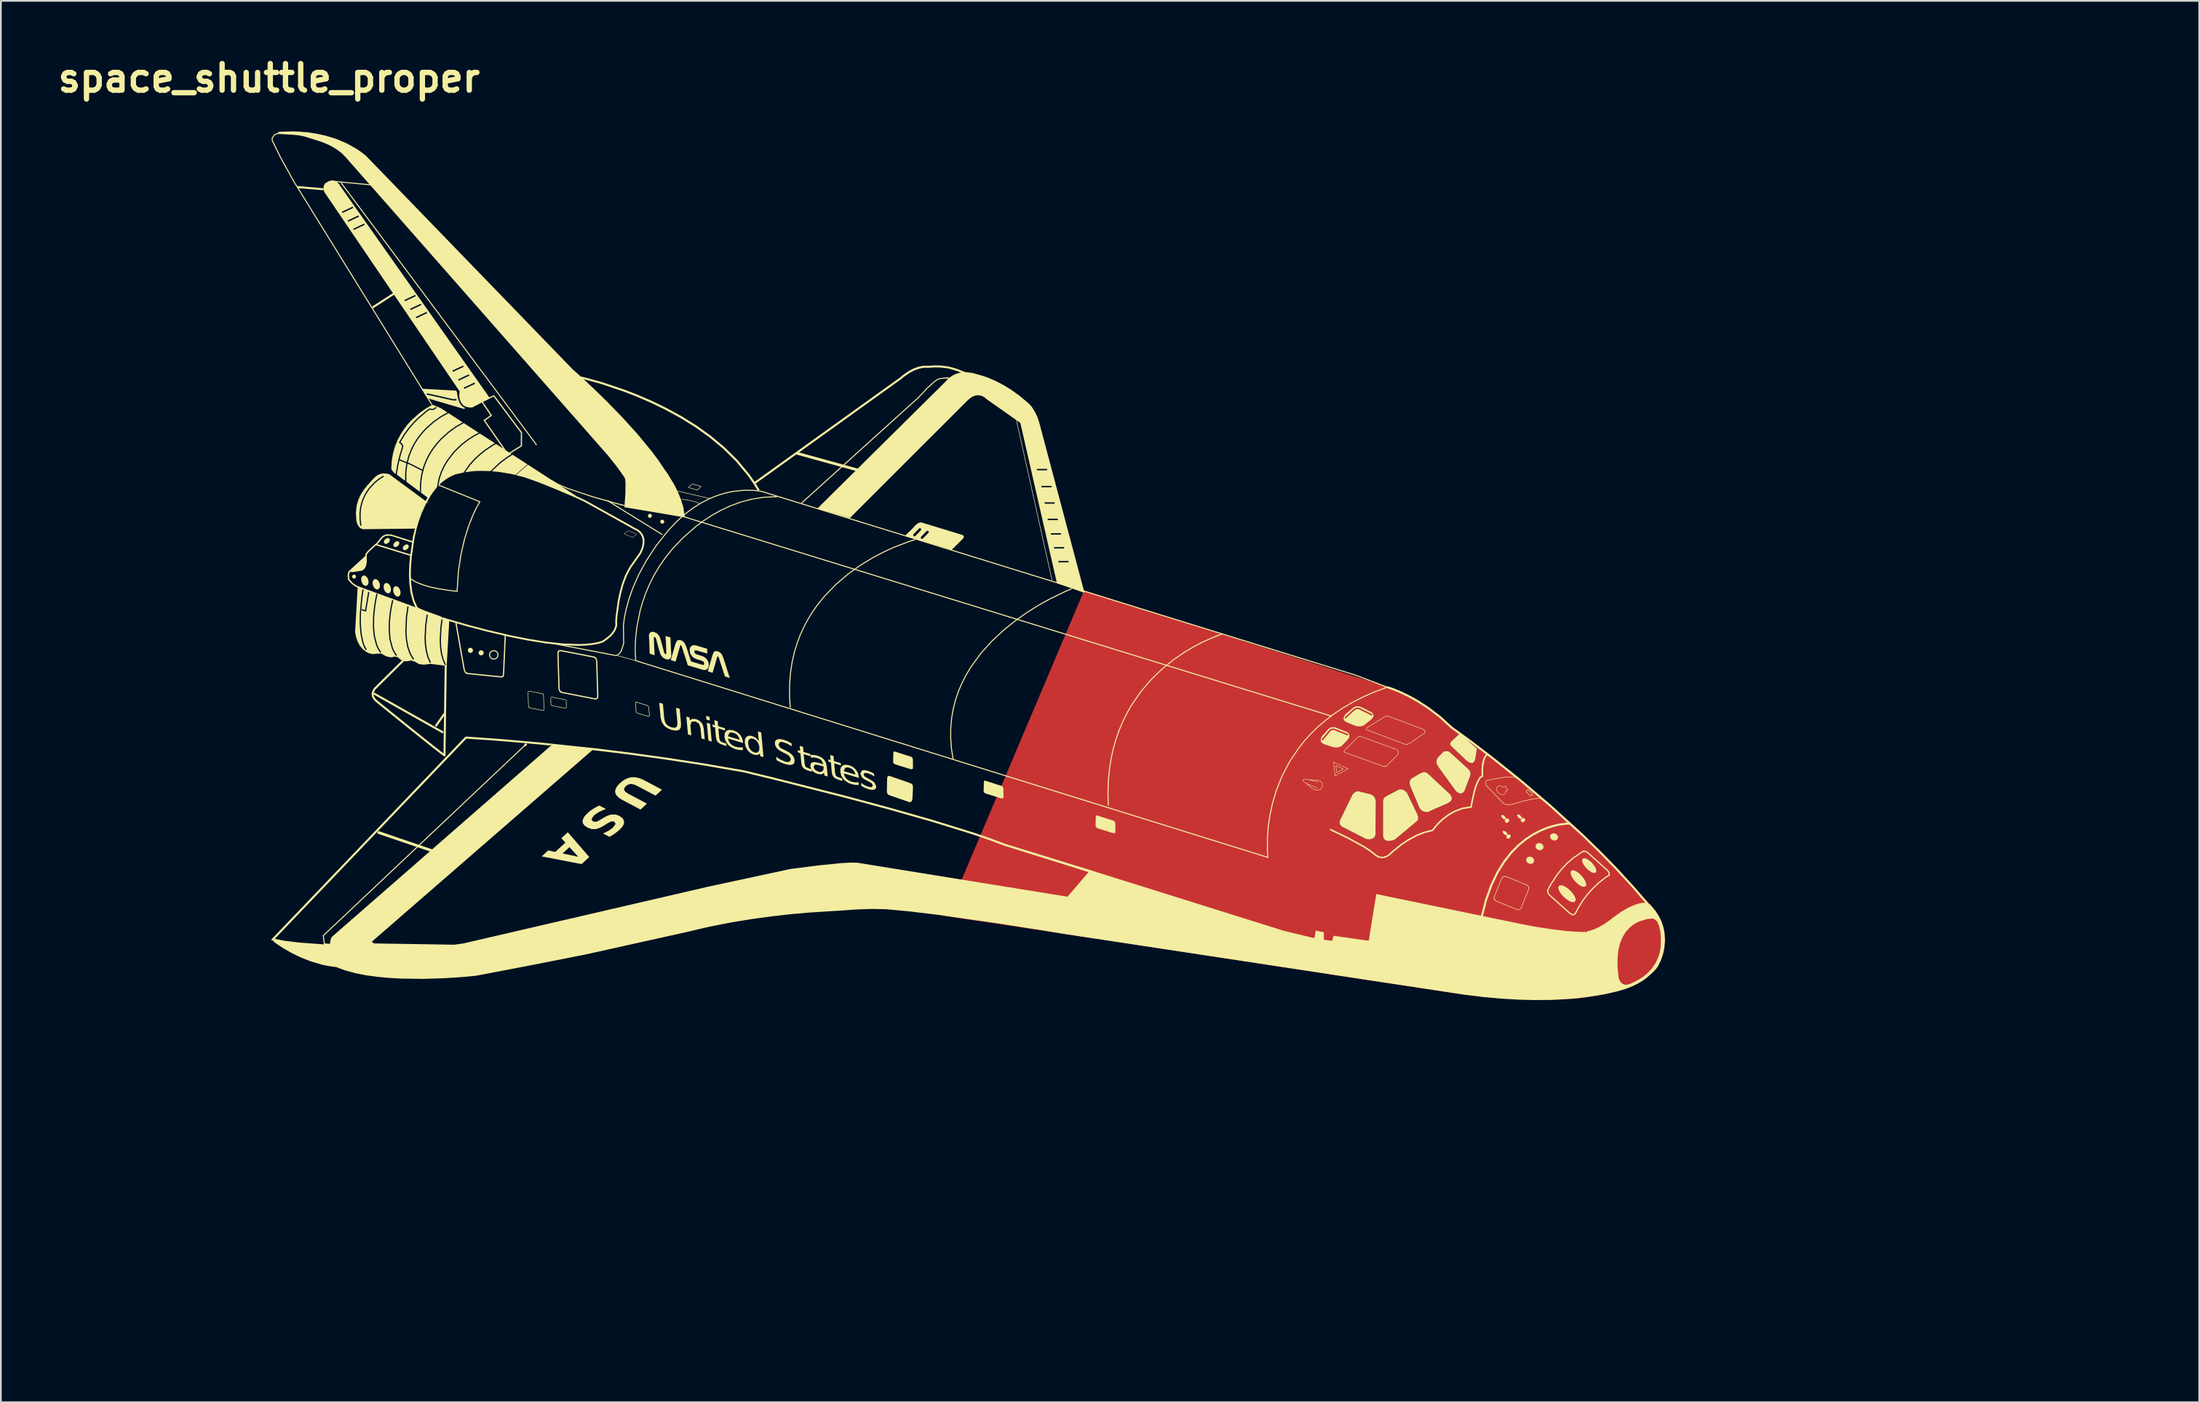
<source format=kicad_pcb>
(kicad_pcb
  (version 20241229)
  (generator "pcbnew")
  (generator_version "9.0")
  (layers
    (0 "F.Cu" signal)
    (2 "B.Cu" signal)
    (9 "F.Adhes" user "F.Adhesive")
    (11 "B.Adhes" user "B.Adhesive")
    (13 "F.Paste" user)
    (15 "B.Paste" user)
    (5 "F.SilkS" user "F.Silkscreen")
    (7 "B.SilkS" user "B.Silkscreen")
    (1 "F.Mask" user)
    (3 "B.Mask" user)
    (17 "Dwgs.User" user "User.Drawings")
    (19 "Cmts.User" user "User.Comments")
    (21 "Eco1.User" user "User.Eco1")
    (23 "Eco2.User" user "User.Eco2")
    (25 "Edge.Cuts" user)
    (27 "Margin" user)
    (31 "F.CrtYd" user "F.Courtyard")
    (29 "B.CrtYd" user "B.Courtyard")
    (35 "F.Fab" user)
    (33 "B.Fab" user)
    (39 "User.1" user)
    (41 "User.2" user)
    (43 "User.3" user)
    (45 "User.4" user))
  (footprint "space_shuttle_proper"
    (layer "F.Cu")
    (at 50.706 33.631)
    (property "Reference" "space_shuttle_proper" (at -38.354 -32.205 0) (layer "F.SilkS") (effects (font (size 1.524 1.524) (thickness 0.305))))
    (attr exclude_from_pos_files exclude_from_bom)
    (fp_poly (pts (xy 8.316 -2.858) (xy 24.026 8.647) (xy 24.029 8.647) (xy 27.569 7.618) (xy 27.718 7.557) (xy 27.788 7.549) (xy 27.899 7.569) (xy 28.004 7.643) (xy 28.498 7.068) (xy 28.486 6.921) (xy 28.524 6.775) (xy 28.528 6.77) (xy 28.606 6.676) (xy 28.607 6.675) (xy 28.881 6.386) (xy 28.892 6.381) (xy 29.081 6.343) (xy 29.082 6.343) (xy 29.221 6.382) (xy 29.32 6.474) (xy 30.156 6.844) (xy 29.351 6.082) (xy 29.357 6.086) (xy 29.324 6.056) (xy 29.275 5.967) (xy 29.292 5.833) (xy 29.422 5.711) (xy 29.818 5.35) (xy 29.857 5.383) (xy 30.804 6.201) (xy 30.8 6.232) (xy 30.71 6.814) (xy 30.655 6.949) (xy 30.566 7.023) (xy 30.514 7.035) (xy 30.367 7.004) (xy 30.222 6.907) (xy 30.159 6.847) (xy 30.156 6.844) (xy 29.32 6.474) (xy 30.305 7.369) (xy 30.407 7.489) (xy 30.437 7.618) (xy 30.418 7.76) (xy 30.418 7.762) (xy 30.089 8.635) (xy 30.086 8.642) (xy 30.002 8.732) (xy 29.908 8.775) (xy 29.861 8.779) (xy 29.735 8.744) (xy 29.62 8.657) (xy 29.576 8.608) (xy 29.576 8.608) (xy 28.584 7.237) (xy 28.584 7.236) (xy 28.582 7.234) (xy 28.498 7.068) (xy 28.004 7.643) (xy 29.249 8.807) (xy 29.25 8.808) (xy 29.289 8.854) (xy 29.354 8.975) (xy 29.369 9.056) (xy 29.353 9.144) (xy 29.297 9.224) (xy 29.201 9.29) (xy 29.2 9.29) (xy 29.109 9.349) (xy 29.103 9.352) (xy 28.425 9.64) (xy 27.994 9.84) (xy 27.984 9.845) (xy 27.972 9.846) (xy 27.801 9.826) (xy 27.654 9.762) (xy 27.528 9.629) (xy 27.526 9.626) (xy 27.002 8.39) (xy 26.949 8.227) (xy 26.959 8.067) (xy 26.997 7.985) (xy 27.064 7.91) (xy 27.067 7.907) (xy 27.569 7.618) (xy 24.029 8.647) (xy 24.736 8.829) (xy 24.737 8.829) (xy 24.877 8.911) (xy 26.218 8.613) (xy 26.277 8.578) (xy 26.409 8.539) (xy 26.502 8.538) (xy 26.654 8.594) (xy 26.799 8.74) (xy 26.801 8.743) (xy 26.803 8.746) (xy 27.381 9.938) (xy 27.43 10.071) (xy 27.449 10.194) (xy 27.413 10.321) (xy 27.408 10.328) (xy 26.095 11.423) (xy 26.086 11.427) (xy 25.997 11.456) (xy 25.793 11.494) (xy 25.677 11.49) (xy 25.564 11.454) (xy 25.474 11.369) (xy 25.429 11.234) (xy 25.429 11.231) (xy 25.429 9.314) (xy 25.434 9.155) (xy 25.485 9.022) (xy 25.607 8.936) (xy 26.218 8.613) (xy 24.877 8.911) (xy 24.972 9.038) (xy 25.015 9.242) (xy 25.015 9.242) (xy 24.997 11.1) (xy 24.991 11.16) (xy 24.935 11.284) (xy 24.827 11.367) (xy 24.642 11.404) (xy 24.469 11.389) (xy 24.463 11.388) (xy 23.194 10.735) (xy 23.123 10.708) (xy 23.005 10.617) (xy 22.956 10.532) (xy 22.939 10.422) (xy 22.968 10.287) (xy 23.053 10.129) (xy 23.667 8.864) (xy 23.668 8.863) (xy 23.763 8.747) (xy 23.875 8.672) (xy 24.026 8.647) (xy 8.316 -2.858) (xy 0.416 15.805) (xy 11.344 17.442) (xy 24.638 19.479) (xy 24.692 19.487) (xy 24.842 19.509) (xy 25.072 19.543) (xy 25.363 19.587) (xy 25.698 19.637) (xy 26.06 19.692) (xy 26.432 19.747) (xy 26.797 19.802) (xy 27.136 19.853) (xy 27.433 19.898) (xy 27.671 19.934) (xy 27.832 19.958) (xy 27.898 19.969) (xy 27.988 19.983) (xy 28.196 20.015) (xy 28.487 20.06) (xy 28.827 20.112) (xy 29.182 20.166) (xy 29.518 20.217) (xy 29.8 20.259) (xy 29.995 20.289) (xy 30.067 20.3) (xy 31.591 20.47) (xy 33.519 20.589) (xy 35.256 20.596) (xy 36.555 20.523) (xy 37.812 20.332) (xy 38.525 20.176) (xy 39.399 19.921) (xy 40.295 19.499) (xy 40.671 19.199) (xy 41.076 18.837) (xy 41.309 18.388) (xy 41.509 17.861) (xy 41.572 17.168) (xy 41.509 16.536) (xy 41.337 16.033) (xy 40.873 15.3) (xy 39.997 14.348) (xy 38.253 12.456) (xy 36.61 10.848) (xy 33.857 8.429) (xy 30.666 5.89) (xy 29.389 4.952) (xy 28.713 4.336) (xy 27.194 3.283) (xy 25.752 2.686) (xy 8.316 -2.858)) (stroke (width 0) (type solid)) (fill yes) (layer "F.Cu"))
    (fp_poly (pts (xy 68.172 34.507) (xy 67.776 34.868) (xy 67.646 34.99) (xy 67.629 35.124) (xy 67.678 35.212) (xy 67.711 35.243) (xy 67.706 35.239) (xy 68.51 36.001) (xy 68.513 36.004) (xy 68.575 36.063) (xy 68.721 36.161) (xy 68.868 36.192) (xy 68.92 36.18) (xy 69.009 36.106) (xy 69.064 35.971) (xy 69.154 35.389) (xy 69.158 35.358) (xy 68.211 34.54) (xy 68.172 34.507) (xy 68.172 34.507)) (stroke (width 0) (type solid)) (fill yes) (layer "F.Mask"))
    (fp_poly (pts (xy 62.38 37.804) (xy 62.229 37.829) (xy 62.117 37.904) (xy 62.022 38.019) (xy 62.021 38.02) (xy 61.407 39.285) (xy 61.322 39.444) (xy 61.293 39.578) (xy 61.31 39.689) (xy 61.359 39.773) (xy 61.477 39.865) (xy 61.548 39.892) (xy 61.548 39.892) (xy 62.817 40.545) (xy 62.822 40.545) (xy 62.996 40.561) (xy 63.181 40.523) (xy 63.289 40.44) (xy 63.345 40.316) (xy 63.351 40.257) (xy 63.369 38.398) (xy 63.369 38.398) (xy 63.326 38.195) (xy 63.231 38.067) (xy 63.091 37.985) (xy 63.09 37.985) (xy 62.382 37.804) (xy 62.38 37.804) (xy 62.38 37.804)) (stroke (width 0) (type solid)) (fill yes) (layer "F.Mask"))
    (fp_poly (pts (xy 64.856 37.695) (xy 64.763 37.695) (xy 64.631 37.735) (xy 64.572 37.769) (xy 63.96 38.093) (xy 63.838 38.179) (xy 63.788 38.311) (xy 63.782 38.47) (xy 63.782 38.471) (xy 63.782 40.388) (xy 63.783 40.391) (xy 63.828 40.526) (xy 63.918 40.611) (xy 64.03 40.647) (xy 64.147 40.651) (xy 64.35 40.613) (xy 64.44 40.583) (xy 64.448 40.58) (xy 65.762 39.485) (xy 65.767 39.478) (xy 65.803 39.351) (xy 65.784 39.228) (xy 65.735 39.095) (xy 65.157 37.903) (xy 65.155 37.9) (xy 65.153 37.896) (xy 65.008 37.75) (xy 64.856 37.695) (xy 64.856 37.695) (xy 64.856 37.695)) (stroke (width 0) (type solid)) (fill yes) (layer "F.Mask"))
    (fp_poly (pts (xy 67.435 35.499) (xy 67.246 35.538) (xy 67.235 35.542) (xy 66.961 35.831) (xy 66.96 35.832) (xy 66.881 35.927) (xy 66.878 35.932) (xy 66.84 36.078) (xy 66.852 36.225) (xy 66.936 36.391) (xy 66.938 36.393) (xy 66.938 36.394) (xy 67.93 37.764) (xy 67.93 37.765) (xy 67.974 37.814) (xy 68.089 37.901) (xy 68.215 37.935) (xy 68.262 37.931) (xy 68.356 37.889) (xy 68.44 37.798) (xy 68.444 37.792) (xy 68.772 36.918) (xy 68.772 36.917) (xy 68.791 36.775) (xy 68.761 36.645) (xy 68.659 36.526) (xy 68.666 36.531) (xy 67.675 35.63) (xy 67.575 35.539) (xy 67.435 35.499) (xy 67.435 35.499) (xy 67.435 35.499)) (stroke (width 0) (type solid)) (fill yes) (layer "F.Mask"))
    (fp_poly (pts (xy 66.142 36.705) (xy 66.072 36.713) (xy 65.923 36.775) (xy 65.421 37.063) (xy 65.418 37.067) (xy 65.351 37.141) (xy 65.313 37.224) (xy 65.304 37.384) (xy 65.356 37.547) (xy 65.88 38.782) (xy 65.882 38.785) (xy 66.009 38.919) (xy 66.155 38.982) (xy 66.326 39.002) (xy 66.338 39.002) (xy 66.349 38.997) (xy 66.78 38.796) (xy 67.457 38.508) (xy 67.463 38.506) (xy 67.554 38.446) (xy 67.555 38.446) (xy 67.651 38.381) (xy 67.707 38.3) (xy 67.723 38.213) (xy 67.708 38.132) (xy 67.644 38.011) (xy 67.604 37.964) (xy 67.603 37.964) (xy 66.358 36.8) (xy 66.253 36.725) (xy 66.142 36.705) (xy 66.142 36.705) (xy 66.142 36.705)) (stroke (width 0) (type solid)) (fill yes) (layer "F.Mask"))
    (fp_poly (pts (xy 5.869 -10.791) (xy 5.291 -10.791) (xy 5.869 -10.791)) (stroke (width 0) (type solid)) (fill yes) (layer "F.SilkS"))
    (fp_poly (pts (xy -35.249 -25.781) (xy -36.731 -25.907) (xy -36.721 -26.022) (xy -35.239 -25.896) (xy -35.249 -25.781)) (stroke (width 0) (type solid)) (fill yes) (layer "F.SilkS"))
    (fp_poly (pts (xy -32.538 -26.063) (xy -34.633 -26.261) (xy -34.627 -26.319) (xy -32.532 -26.12) (xy -32.538 -26.063)) (stroke (width 0) (type solid)) (fill yes) (layer "F.SilkS"))
    (fp_poly (pts (xy -32.395 -19.016) (xy -32.458 -19.113) (xy -31.229 -19.908) (xy -31.167 -19.811) (xy -32.395 -19.016)) (stroke (width 0) (type solid)) (fill yes) (layer "F.SilkS"))
    (fp_poly (pts (xy -28.983 12.151) (xy -32.163 11.068) (xy -32.112 10.92) (xy -28.933 12.004) (xy -28.983 12.151)) (stroke (width 0) (type solid)) (fill yes) (layer "F.SilkS"))
    (fp_poly (pts (xy -28.766 4.957) (xy -28.861 4.891) (xy -28.355 4.169) (xy -28.26 4.235) (xy -28.766 4.957)) (stroke (width 0) (type solid)) (fill yes) (layer "F.SilkS"))
    (fp_poly (pts (xy -28.409 5.336) (xy -32.383 3.096) (xy -32.326 2.995) (xy -28.352 5.235) (xy -28.409 5.336)) (stroke (width 0) (type solid)) (fill yes) (layer "F.SilkS"))
    (fp_poly (pts (xy -23.683 6.083) (xy -23.762 5.999) (xy -23.651 5.894) (xy -23.572 5.978) (xy -23.683 6.083)) (stroke (width 0) (type solid)) (fill yes) (layer "F.SilkS"))
    (fp_poly (pts (xy -23.056 -11.172) (xy -34.256 -26.201) (xy -34.21 -26.235) (xy -23.01 -11.206) (xy -23.056 -11.172)) (stroke (width 0) (type solid)) (fill yes) (layer "F.SilkS"))
    (fp_poly (pts (xy -19.714 16.268) (xy -19.633 16.268) (xy -19.633 17.244) (xy -19.714 17.244) (xy -19.714 16.268)) (stroke (width 0) (type solid)) (fill yes) (layer "F.SilkS"))
    (fp_poly (pts (xy -17.979 15.835) (xy -17.899 15.835) (xy -17.899 16.81) (xy -17.979 16.81) (xy -17.979 15.835)) (stroke (width 0) (type solid)) (fill yes) (layer "F.SilkS"))
    (fp_poly (pts (xy -17.365 1.181) (xy -18.413 0.892) (xy -18.405 0.864) (xy -17.358 1.153) (xy -17.365 1.181)) (stroke (width 0) (type solid)) (fill yes) (layer "F.SilkS"))
    (fp_poly (pts (xy -16.534 15.546) (xy -16.454 15.546) (xy -16.454 16.521) (xy -16.534 16.521) (xy -16.534 15.546)) (stroke (width 0) (type solid)) (fill yes) (layer "F.SilkS"))
    (fp_poly (pts (xy -15.859 -6.034) (xy -19.002 -7.985) (xy -18.972 -8.034) (xy -15.829 -6.083) (xy -15.859 -6.034)) (stroke (width 0) (type solid)) (fill yes) (layer "F.SilkS"))
    (fp_poly (pts (xy -15.017 15.257) (xy -14.936 15.257) (xy -14.936 16.232) (xy -15.017 16.232) (xy -15.017 15.257)) (stroke (width 0) (type solid)) (fill yes) (layer "F.SilkS"))
    (fp_poly (pts (xy -13.608 14.931) (xy -13.527 14.931) (xy -13.527 15.907) (xy -13.608 15.907) (xy -13.608 14.931)) (stroke (width 0) (type solid)) (fill yes) (layer "F.SilkS"))
    (fp_poly (pts (xy -13.326 4.328) (xy -13.138 4.385) (xy -13.119 4.597) (xy -13.307 4.54) (xy -13.326 4.328)) (stroke (width 0) (type solid)) (fill yes) (layer "F.SilkS"))
    (fp_poly (pts (xy -13.289 4.725) (xy -13.101 4.782) (xy -13.007 5.801) (xy -13.195 5.744) (xy -13.289 4.725)) (stroke (width 0) (type solid)) (fill yes) (layer "F.SilkS"))
    (fp_poly (pts (xy -13.101 -8.104) (xy -14.98 -8.537) (xy -14.973 -8.566) (xy -13.095 -8.132) (xy -13.101 -8.104)) (stroke (width 0) (type solid)) (fill yes) (layer "F.SilkS"))
    (fp_poly (pts (xy -12.163 14.534) (xy -12.082 14.534) (xy -12.082 15.51) (xy -12.163 15.51) (xy -12.163 14.534)) (stroke (width 0) (type solid)) (fill yes) (layer "F.SilkS"))
    (fp_poly (pts (xy -10.718 14.281) (xy -10.637 14.281) (xy -10.637 15.257) (xy -10.718 15.257) (xy -10.718 14.281)) (stroke (width 0) (type solid)) (fill yes) (layer "F.SilkS"))
    (fp_poly (pts (xy -9.346 14.065) (xy -9.264 14.065) (xy -9.264 15.04) (xy -9.346 15.04) (xy -9.346 14.065)) (stroke (width 0) (type solid)) (fill yes) (layer "F.SilkS"))
    (fp_poly (pts (xy -8.081 13.92) (xy -8 13.92) (xy -8 14.896) (xy -8.081 14.896) (xy -8.081 13.92)) (stroke (width 0) (type solid)) (fill yes) (layer "F.SilkS"))
    (fp_poly (pts (xy -6.744 13.775) (xy -6.663 13.775) (xy -6.663 14.751) (xy -6.744 14.751) (xy -6.744 13.775)) (stroke (width 0) (type solid)) (fill yes) (layer "F.SilkS"))
    (fp_poly (pts (xy -5.371 13.703) (xy -5.29 13.703) (xy -5.29 14.679) (xy -5.371 14.679) (xy -5.371 13.703)) (stroke (width 0) (type solid)) (fill yes) (layer "F.SilkS"))
    (fp_poly (pts (xy -4.629 -9.668) (xy -8.169 -10.644) (xy -8.128 -10.794) (xy -4.587 -9.819) (xy -4.629 -9.668)) (stroke (width 0) (type solid)) (fill yes) (layer "F.SilkS"))
    (fp_poly (pts (xy -4.035 13.812) (xy -3.954 13.812) (xy -3.954 14.787) (xy -4.035 14.787) (xy -4.035 13.812)) (stroke (width 0) (type solid)) (fill yes) (layer "F.SilkS"))
    (fp_poly (pts (xy -2.806 13.92) (xy -2.725 13.92) (xy -2.725 14.896) (xy -2.806 14.896) (xy -2.806 13.92)) (stroke (width 0) (type solid)) (fill yes) (layer "F.SilkS"))
    (fp_poly (pts (xy -1.614 14.028) (xy -1.533 14.028) (xy -1.533 15.004) (xy -1.614 15.004) (xy -1.614 14.028)) (stroke (width 0) (type solid)) (fill yes) (layer "F.SilkS"))
    (fp_poly (pts (xy -0.386 14.137) (xy -0.305 14.137) (xy -0.305 15.112) (xy -0.386 15.112) (xy -0.386 14.137)) (stroke (width 0) (type solid)) (fill yes) (layer "F.SilkS"))
    (fp_poly (pts (xy 1.06 14.245) (xy 1.14 14.245) (xy 1.14 15.221) (xy 1.06 15.221) (xy 1.06 14.245)) (stroke (width 0) (type solid)) (fill yes) (layer "F.SilkS"))
    (fp_poly (pts (xy 6.469 -3.418) (xy 4.41 -12.667) (xy 4.438 -12.673) (xy 6.497 -3.425) (xy 6.469 -3.418)) (stroke (width 0) (type solid)) (fill yes) (layer "F.SilkS"))
    (fp_poly (pts (xy -35.201 17.5) (xy -35.275 16.908) (xy -23.634 5.912) (xy -23.595 5.954) (xy -35.214 16.93) (xy -35.143 17.493) (xy -35.201 17.5)) (stroke (width 0) (type solid)) (fill yes) (layer "F.SilkS"))
    (fp_poly (pts (xy 1.475 -15.254) (xy 0.977 -15.447) (xy 0.512 -15.576) (xy 0.532 -15.69) (xy 1.016 -15.557) (xy 1.52 -15.36) (xy 1.475 -15.254)) (stroke (width 0) (type solid)) (fill yes) (layer "F.SilkS"))
    (fp_poly (pts (xy -33.487 -3.766) (xy -33.569 -3.732) (xy -33.604 -3.649) (xy -33.569 -3.566) (xy -33.487 -3.532) (xy -33.404 -3.566) (xy -33.369 -3.649) (xy -33.404 -3.732) (xy -33.487 -3.766)) (stroke (width 0) (type solid)) (fill yes) (layer "F.SilkS"))
    (fp_poly (pts (xy -23.554 -10.077) (xy -24.407 -10.63) (xy -24.733 -10.423) (xy -25.118 -10.129) (xy -25.598 -9.682) (xy -25.125 -9.637) (xy -24.46 -9.523) (xy -24.257 -9.472) (xy -23.554 -10.077)) (stroke (width 0) (type solid)) (fill yes) (layer "F.SilkS"))
    (fp_poly (pts (xy -16.546 -7.035) (xy -16.615 -7.063) (xy -16.643 -7.132) (xy -16.615 -7.201) (xy -16.546 -7.229) (xy -16.478 -7.201) (xy -16.449 -7.132) (xy -16.478 -7.063) (xy -16.546 -7.035)) (stroke (width 0) (type solid)) (fill yes) (layer "F.SilkS"))
    (fp_poly (pts (xy -15.838 -6.699) (xy -15.907 -6.728) (xy -15.935 -6.796) (xy -15.907 -6.865) (xy -15.838 -6.893) (xy -15.77 -6.865) (xy -15.741 -6.796) (xy -15.77 -6.728) (xy -15.838 -6.699)) (stroke (width 0) (type solid)) (fill yes) (layer "F.SilkS"))
    (fp_poly (pts (xy -13.683 -7.816) (xy -13.996 -7.931) (xy -14.338 -8.009) (xy -14.725 -8.067) (xy -14.723 -8.096) (xy -14.333 -8.037) (xy -13.988 -7.958) (xy -13.67 -7.842) (xy -13.683 -7.816)) (stroke (width 0) (type solid)) (fill yes) (layer "F.SilkS"))
    (fp_poly (pts (xy -30.564 -9.138) (xy -30.564 -9.146) (xy -30.558 -9.649) (xy -30.496 -10.114) (xy -30.489 -10.141) (xy -30.885 -10.301) (xy -30.941 -10.072) (xy -31.037 -9.488) (xy -30.959 -9.433) (xy -30.564 -9.138)) (stroke (width 0) (type solid)) (fill yes) (layer "F.SilkS"))
    (fp_poly (pts (xy -29.587 -9.708) (xy -30.285 -10.06) (xy -30.424 -10.116) (xy -30.428 -10.102) (xy -30.489 -9.644) (xy -30.488 -9.081) (xy -29.715 -8.504) (xy -29.709 -9.006) (xy -29.645 -9.478) (xy -29.587 -9.708)) (stroke (width 0) (type solid)) (fill yes) (layer "F.SilkS"))
    (fp_poly (pts (xy 22.676 7.797) (xy 22.696 7.759) (xy 23.401 7.364) (xy 22.61 7.003) (xy 22.696 7.759) (xy 22.676 7.797) (xy 22.582 6.964) (xy 22.601 6.973) (xy 23.453 7.362) (xy 22.676 7.797)) (stroke (width 0) (type solid)) (fill yes) (layer "F.SilkS"))
    (fp_poly (pts (xy 22.767 7.602) (xy 22.787 7.564) (xy 23.125 7.375) (xy 22.746 7.202) (xy 22.787 7.564) (xy 22.767 7.602) (xy 22.718 7.163) (xy 22.737 7.172) (xy 23.177 7.373) (xy 22.767 7.602)) (stroke (width 0) (type solid)) (fill yes) (layer "F.SilkS"))
    (fp_poly (pts (xy 32.233 10.003) (xy 32.201 10.026) (xy 32.194 10.067) (xy 32.239 10.163) (xy 32.331 10.244) (xy 32.424 10.265) (xy 32.456 10.242) (xy 32.463 10.201) (xy 32.418 10.105) (xy 32.326 10.025) (xy 32.233 10.003)) (stroke (width 0) (type solid)) (fill yes) (layer "F.SilkS"))
    (fp_poly (pts (xy 32.317 10.911) (xy 32.286 10.934) (xy 32.278 10.975) (xy 32.323 11.071) (xy 32.416 11.152) (xy 32.509 11.173) (xy 32.54 11.15) (xy 32.548 11.109) (xy 32.503 11.013) (xy 32.41 10.933) (xy 32.317 10.911)) (stroke (width 0) (type solid)) (fill yes) (layer "F.SilkS"))
    (fp_poly (pts (xy 33.144 9.973) (xy 33.113 9.996) (xy 33.105 10.038) (xy 33.151 10.133) (xy 33.243 10.214) (xy 33.336 10.235) (xy 33.367 10.213) (xy 33.375 10.171) (xy 33.33 10.075) (xy 33.238 9.995) (xy 33.144 9.973)) (stroke (width 0) (type solid)) (fill yes) (layer "F.SilkS"))
    (fp_poly (pts (xy -18.019 -7.692) (xy -18.572 -7.837) (xy -19.844 -8.199) (xy -21.253 -8.669) (xy -21.827 -8.911) (xy -22.221 -9.143) (xy -22.184 -9.188) (xy -21.803 -8.964) (xy -21.232 -8.723) (xy -19.828 -8.254) (xy -18.557 -7.893) (xy -18.005 -7.749) (xy -18.019 -7.692)) (stroke (width 0) (type solid)) (fill yes) (layer "F.SilkS"))
    (fp_poly (pts (xy 32.62 11.106) (xy 32.574 11.127) (xy 32.497 11.21) (xy 32.479 11.257) (xy 32.5 11.304) (xy 32.556 11.356) (xy 32.604 11.374) (xy 32.65 11.353) (xy 32.727 11.27) (xy 32.745 11.223) (xy 32.724 11.177) (xy 32.668 11.124) (xy 32.62 11.106)) (stroke (width 0) (type solid)) (fill yes) (layer "F.SilkS"))
    (fp_poly (pts (xy -21.962 12.124) (xy -21.153 11.849) (xy -21.544 12.211) (xy -20.651 12.401) (xy -21.153 11.849) (xy -21.962 12.124) (xy -21.387 11.591) (xy -21.615 11.338) (xy -21.246 10.995) (xy -20.02 12.416) (xy -20.458 12.822) (xy -22.741 12.38) (xy -22.371 12.038) (xy -21.962 12.124)) (stroke (width 0) (type solid)) (fill yes) (layer "F.SilkS"))
    (fp_poly (pts (xy 32.535 10.198) (xy 32.489 10.219) (xy 32.412 10.302) (xy 32.394 10.349) (xy 32.416 10.395) (xy 32.472 10.448) (xy 32.519 10.466) (xy 32.565 10.445) (xy 32.643 10.362) (xy 32.643 10.362) (xy 32.66 10.315) (xy 32.64 10.268) (xy 32.583 10.216) (xy 32.535 10.198)) (stroke (width 0) (type solid)) (fill yes) (layer "F.SilkS"))
    (fp_poly (pts (xy 33.447 10.168) (xy 33.401 10.189) (xy 33.324 10.272) (xy 33.324 10.272) (xy 33.306 10.319) (xy 33.327 10.366) (xy 33.383 10.418) (xy 33.431 10.436) (xy 33.477 10.415) (xy 33.554 10.332) (xy 33.572 10.285) (xy 33.551 10.239) (xy 33.495 10.186) (xy 33.447 10.168)) (stroke (width 0) (type solid)) (fill yes) (layer "F.SilkS"))
    (fp_poly (pts (xy -31.011 -5.677) (xy -31.075 -5.665) (xy -31.189 -5.578) (xy -31.224 -5.514) (xy -31.235 -5.452) (xy -31.22 -5.395) (xy -31.179 -5.355) (xy -31.12 -5.342) (xy -31.056 -5.354) (xy -30.941 -5.441) (xy -30.906 -5.504) (xy -30.895 -5.567) (xy -30.91 -5.623) (xy -30.951 -5.664) (xy -31.011 -5.677)) (stroke (width 0) (type solid)) (fill yes) (layer "F.SilkS"))
    (fp_poly (pts (xy -30.468 -5.496) (xy -30.533 -5.484) (xy -30.647 -5.397) (xy -30.682 -5.334) (xy -30.694 -5.271) (xy -30.678 -5.215) (xy -30.637 -5.174) (xy -30.578 -5.161) (xy -30.514 -5.173) (xy -30.399 -5.26) (xy -30.364 -5.324) (xy -30.353 -5.386) (xy -30.368 -5.443) (xy -30.409 -5.483) (xy -30.468 -5.496)) (stroke (width 0) (type solid)) (fill yes) (layer "F.SilkS"))
    (fp_poly (pts (xy -25.354 -11.245) (xy -25.522 -11.153) (xy -25.959 -10.862) (xy -26.236 -10.642) (xy -26.529 -10.371) (xy -26.826 -10.048) (xy -27.126 -9.628) (xy -26.617 -9.693) (xy -26.248 -9.707) (xy -25.723 -9.694) (xy -25.681 -9.69) (xy -25.162 -10.183) (xy -24.771 -10.481) (xy -24.471 -10.672) (xy -25.354 -11.245)) (stroke (width 0) (type solid)) (fill yes) (layer "F.SilkS"))
    (fp_poly (pts (xy -31.553 -5.858) (xy -31.616 -5.845) (xy -31.731 -5.758) (xy -31.766 -5.695) (xy -31.777 -5.632) (xy -31.762 -5.576) (xy -31.721 -5.536) (xy -31.662 -5.522) (xy -31.662 -5.522) (xy -31.598 -5.535) (xy -31.483 -5.622) (xy -31.448 -5.685) (xy -31.437 -5.748) (xy -31.452 -5.804) (xy -31.493 -5.845) (xy -31.553 -5.858)) (stroke (width 0) (type solid)) (fill yes) (layer "F.SilkS"))
    (fp_poly (pts (xy 33.849 12.395) (xy 33.764 12.403) (xy 33.69 12.441) (xy 33.64 12.507) (xy 33.625 12.588) (xy 33.645 12.668) (xy 33.696 12.737) (xy 33.772 12.788) (xy 33.86 12.811) (xy 33.984 12.787) (xy 34.069 12.699) (xy 34.085 12.618) (xy 34.064 12.538) (xy 34.013 12.469) (xy 33.937 12.418) (xy 33.849 12.395)) (stroke (width 0) (type solid)) (fill yes) (layer "F.SilkS"))
    (fp_poly (pts (xy 34.382 11.612) (xy 34.257 11.636) (xy 34.172 11.724) (xy 34.157 11.805) (xy 34.177 11.885) (xy 34.228 11.955) (xy 34.304 12.005) (xy 34.392 12.028) (xy 34.517 12.004) (xy 34.601 11.916) (xy 34.617 11.835) (xy 34.596 11.755) (xy 34.545 11.686) (xy 34.47 11.635) (xy 34.382 11.612) (xy 34.382 11.612)) (stroke (width 0) (type solid)) (fill yes) (layer "F.SilkS"))
    (fp_poly (pts (xy 35.215 11.056) (xy 35.129 11.064) (xy 35.056 11.102) (xy 35.006 11.168) (xy 34.991 11.249) (xy 35.011 11.329) (xy 35.062 11.398) (xy 35.138 11.449) (xy 35.226 11.472) (xy 35.351 11.448) (xy 35.435 11.36) (xy 35.45 11.278) (xy 35.43 11.199) (xy 35.379 11.129) (xy 35.303 11.079) (xy 35.215 11.056)) (stroke (width 0) (type solid)) (fill yes) (layer "F.SilkS"))
    (fp_poly (pts (xy -32.933 -3.715) (xy -33.01 -3.68) (xy -33.059 -3.607) (xy -33.078 -3.507) (xy -33.066 -3.393) (xy -33.025 -3.282) (xy -32.963 -3.193) (xy -32.886 -3.135) (xy -32.8 -3.118) (xy -32.723 -3.152) (xy -32.674 -3.226) (xy -32.654 -3.325) (xy -32.666 -3.44) (xy -32.708 -3.551) (xy -32.77 -3.64) (xy -32.847 -3.698) (xy -32.933 -3.715)) (stroke (width 0) (type solid)) (fill yes) (layer "F.SilkS"))
    (fp_poly (pts (xy -31.648 -3.286) (xy -31.724 -3.251) (xy -31.774 -3.177) (xy -31.793 -3.078) (xy -31.781 -2.964) (xy -31.74 -2.853) (xy -31.677 -2.764) (xy -31.6 -2.706) (xy -31.514 -2.689) (xy -31.437 -2.723) (xy -31.388 -2.797) (xy -31.369 -2.896) (xy -31.381 -3.011) (xy -31.422 -3.122) (xy -31.484 -3.211) (xy -31.561 -3.269) (xy -31.648 -3.286)) (stroke (width 0) (type solid)) (fill yes) (layer "F.SilkS"))
    (fp_poly (pts (xy -31.102 -3.099) (xy -31.179 -3.065) (xy -31.228 -2.991) (xy -31.247 -2.893) (xy -31.235 -2.778) (xy -31.194 -2.666) (xy -31.132 -2.578) (xy -31.054 -2.519) (xy -30.968 -2.503) (xy -30.892 -2.537) (xy -30.842 -2.611) (xy -30.823 -2.71) (xy -30.835 -2.824) (xy -30.876 -2.936) (xy -30.938 -3.025) (xy -31.016 -3.083) (xy -31.102 -3.099)) (stroke (width 0) (type solid)) (fill yes) (layer "F.SilkS"))
    (fp_poly (pts (xy -26.824 0.428) (xy -26.881 0.44) (xy -26.928 0.471) (xy -26.959 0.518) (xy -26.97 0.575) (xy -26.959 0.632) (xy -26.928 0.678) (xy -26.881 0.71) (xy -26.824 0.721) (xy -26.768 0.71) (xy -26.721 0.678) (xy -26.69 0.632) (xy -26.678 0.575) (xy -26.69 0.518) (xy -26.721 0.471) (xy -26.768 0.44) (xy -26.824 0.428)) (stroke (width 0) (type solid)) (fill yes) (layer "F.SilkS"))
    (fp_poly (pts (xy -26.21 0.573) (xy -26.267 0.584) (xy -26.313 0.616) (xy -26.345 0.662) (xy -26.357 0.719) (xy -26.345 0.776) (xy -26.313 0.823) (xy -26.267 0.854) (xy -26.21 0.866) (xy -26.153 0.854) (xy -26.107 0.823) (xy -26.075 0.776) (xy -26.064 0.719) (xy -26.075 0.662) (xy -26.107 0.616) (xy -26.153 0.584) (xy -26.21 0.573)) (stroke (width 0) (type solid)) (fill yes) (layer "F.SilkS"))
    (fp_poly (pts (xy -24.575 -10.682) (xy -24.612 -10.741) (xy -23.939 -11.16) (xy -23.935 -11.888) (xy -25.49 -13.961) (xy -26.116 -13.668) (xy -25.582 -12.876) (xy -25.98 -12.59) (xy -24.817 -10.913) (xy -24.874 -10.873) (xy -26.076 -12.606) (xy -25.677 -12.893) (xy -26.218 -13.697) (xy -25.468 -14.047) (xy -23.866 -11.911) (xy -23.87 -11.122) (xy -24.575 -10.682)) (stroke (width 0) (type solid)) (fill yes) (layer "F.SilkS"))
    (fp_poly (pts (xy -32.28 -3.507) (xy -32.356 -3.473) (xy -32.405 -3.399) (xy -32.425 -3.301) (xy -32.413 -3.186) (xy -32.371 -3.075) (xy -32.309 -2.986) (xy -32.232 -2.927) (xy -32.146 -2.911) (xy -32.145 -2.911) (xy -32.069 -2.945) (xy -32.02 -3.02) (xy -32.001 -3.118) (xy -32.013 -3.233) (xy -32.054 -3.344) (xy -32.116 -3.433) (xy -32.194 -3.491) (xy -32.28 -3.507)) (stroke (width 0) (type solid)) (fill yes) (layer "F.SilkS"))
    (fp_poly (pts (xy -29.055 -13.485) (xy -36.966 -26.283) (xy -37.733 -27.673) (xy -38.2 -28.632) (xy -38.201 -28.78) (xy -38.198 -28.786) (xy -38.073 -28.958) (xy -37.94 -29.04) (xy -37.788 -29.064) (xy -37.795 -29.007) (xy -37.919 -28.986) (xy -38.033 -28.917) (xy -38.143 -28.766) (xy -38.142 -28.645) (xy -37.681 -27.7) (xy -36.917 -26.312) (xy -29.006 -13.516) (xy -29.055 -13.485)) (stroke (width 0) (type solid)) (fill yes) (layer "F.SilkS"))
    (fp_poly (pts (xy -16.546 -7.015) (xy -16.546 -7.055) (xy -16.492 -7.077) (xy -16.469 -7.132) (xy -16.492 -7.187) (xy -16.546 -7.209) (xy -16.601 -7.187) (xy -16.623 -7.132) (xy -16.601 -7.077) (xy -16.546 -7.055) (xy -16.546 -7.015) (xy -16.629 -7.049) (xy -16.663 -7.132) (xy -16.629 -7.215) (xy -16.546 -7.249) (xy -16.464 -7.215) (xy -16.429 -7.132) (xy -16.464 -7.049) (xy -16.546 -7.015)) (stroke (width 0) (type solid)) (fill yes) (layer "F.SilkS"))
    (fp_poly (pts (xy -15.838 -6.679) (xy -15.838 -6.719) (xy -15.784 -6.741) (xy -15.761 -6.796) (xy -15.784 -6.851) (xy -15.838 -6.873) (xy -15.893 -6.851) (xy -15.916 -6.796) (xy -15.893 -6.741) (xy -15.838 -6.719) (xy -15.838 -6.679) (xy -15.921 -6.713) (xy -15.955 -6.796) (xy -15.921 -6.879) (xy -15.838 -6.913) (xy -15.756 -6.879) (xy -15.721 -6.796) (xy -15.756 -6.713) (xy -15.838 -6.679)) (stroke (width 0) (type solid)) (fill yes) (layer "F.SilkS"))
    (fp_poly (pts (xy -13.464 5.065) (xy -13.407 5.68) (xy -13.595 5.623) (xy -13.652 5.014) (xy -13.735 4.778) (xy -13.932 4.649) (xy -14.164 4.663) (xy -14.23 4.872) (xy -14.177 5.448) (xy -14.366 5.391) (xy -14.46 4.372) (xy -14.271 4.429) (xy -14.256 4.588) (xy -14.111 4.498) (xy -13.903 4.516) (xy -13.728 4.596) (xy -13.595 4.715) (xy -13.507 4.872) (xy -13.464 5.065)) (stroke (width 0) (type solid)) (fill yes) (layer "F.SilkS"))
    (fp_poly (pts (xy -12.96 0.857) (xy -12.885 0.676) (xy -12.832 0.635) (xy -12.762 0.624) (xy -12.662 0.637) (xy -12.66 0.638) (xy -12.558 0.686) (xy -12.447 0.789) (xy -12.354 0.982) (xy -11.982 2.149) (xy -12.246 2.069) (xy -12.6 0.983) (xy -12.648 0.909) (xy -12.649 0.909) (xy -12.651 0.908) (xy -12.677 0.913) (xy -12.696 0.956) (xy -12.959 1.853) (xy -13.226 1.773) (xy -12.96 0.857)) (stroke (width 0) (type solid)) (fill yes) (layer "F.SilkS"))
    (fp_poly (pts (xy -7.84 -7.843) (xy -7.879 -7.886) (xy -1.182 -13.939) (xy -0.698 -14.456) (xy -0.301 -14.821) (xy -0.126 -14.949) (xy 0.021 -15.009) (xy 0.339 -15.055) (xy 0.49 -15.066) (xy 0.607 -15.044) (xy 0.581 -14.992) (xy 0.345 -14.997) (xy 0.028 -14.952) (xy -0.094 -14.899) (xy -0.265 -14.777) (xy -0.657 -14.415) (xy -1.14 -13.9) (xy -1.141 -13.898) (xy -7.84 -7.844) (xy -7.84 -7.843)) (stroke (width 0) (type solid)) (fill yes) (layer "F.SilkS"))
    (fp_poly (pts (xy 29.818 5.35) (xy 29.422 5.712) (xy 29.292 5.833) (xy 29.275 5.967) (xy 29.324 6.056) (xy 29.357 6.086) (xy 29.352 6.082) (xy 30.156 6.844) (xy 30.159 6.847) (xy 30.222 6.907) (xy 30.368 7.004) (xy 30.514 7.035) (xy 30.566 7.023) (xy 30.654 6.949) (xy 30.71 6.814) (xy 30.8 6.232) (xy 30.804 6.201) (xy 29.857 5.384) (xy 29.818 5.35) (xy 29.818 5.35)) (stroke (width 0) (type solid)) (fill yes) (layer "F.SilkS"))
    (fp_poly (pts (xy -12.666 4.632) (xy -12.639 4.921) (xy -12.252 5.038) (xy -12.24 5.168) (xy -12.627 5.051) (xy -12.576 5.604) (xy -12.523 5.776) (xy -12.364 5.859) (xy -12.17 5.917) (xy -12.157 6.057) (xy -12.351 5.999) (xy -12.536 5.925) (xy -12.658 5.836) (xy -12.729 5.715) (xy -12.765 5.547) (xy -12.816 4.994) (xy -12.954 4.953) (xy -12.966 4.823) (xy -12.828 4.864) (xy -12.855 4.575) (xy -12.666 4.632)) (stroke (width 0) (type solid)) (fill yes) (layer "F.SilkS"))
    (fp_poly (pts (xy -7.779 6.105) (xy -7.753 6.394) (xy -7.365 6.511) (xy -7.353 6.641) (xy -7.741 6.524) (xy -7.69 7.077) (xy -7.637 7.249) (xy -7.477 7.331) (xy -7.284 7.39) (xy -7.271 7.53) (xy -7.464 7.472) (xy -7.65 7.398) (xy -7.771 7.309) (xy -7.843 7.188) (xy -7.879 7.02) (xy -7.93 6.467) (xy -8.068 6.426) (xy -8.08 6.296) (xy -7.942 6.337) (xy -7.969 6.048) (xy -7.779 6.105)) (stroke (width 0) (type solid)) (fill yes) (layer "F.SilkS"))
    (fp_poly (pts (xy -6.034 6.631) (xy -6.007 6.92) (xy -5.62 7.037) (xy -5.608 7.167) (xy -5.995 7.05) (xy -5.944 7.603) (xy -5.892 7.775) (xy -5.732 7.858) (xy -5.539 7.916) (xy -5.526 8.056) (xy -5.719 7.998) (xy -5.905 7.924) (xy -6.026 7.835) (xy -6.098 7.714) (xy -6.133 7.546) (xy -6.184 6.993) (xy -6.322 6.952) (xy -6.334 6.822) (xy -6.197 6.863) (xy -6.223 6.574) (xy -6.034 6.631)) (stroke (width 0) (type solid)) (fill yes) (layer "F.SilkS"))
    (fp_poly (pts (xy 35.627 14.033) (xy 35.555 14.042) (xy 35.498 14.078) (xy 35.468 14.136) (xy 35.464 14.204) (xy 35.512 14.357) (xy 35.624 14.533) (xy 35.784 14.709) (xy 35.959 14.855) (xy 36.133 14.958) (xy 36.293 15.002) (xy 36.365 14.993) (xy 36.421 14.957) (xy 36.452 14.899) (xy 36.456 14.831) (xy 36.408 14.678) (xy 36.295 14.502) (xy 36.136 14.326) (xy 35.961 14.18) (xy 35.787 14.077) (xy 35.627 14.033)) (stroke (width 0) (type solid)) (fill yes) (layer "F.SilkS"))
    (fp_poly (pts (xy 36.327 13.176) (xy 36.26 13.18) (xy 36.205 13.211) (xy 36.173 13.264) (xy 36.165 13.327) (xy 36.2 13.473) (xy 36.296 13.646) (xy 36.435 13.82) (xy 36.592 13.967) (xy 36.749 14.074) (xy 36.897 14.124) (xy 36.964 14.12) (xy 37.019 14.09) (xy 37.051 14.037) (xy 37.06 13.974) (xy 37.024 13.827) (xy 36.928 13.656) (xy 36.789 13.481) (xy 36.632 13.334) (xy 36.475 13.227) (xy 36.327 13.176)) (stroke (width 0) (type solid)) (fill yes) (layer "F.SilkS"))
    (fp_poly (pts (xy 36.968 12.485) (xy 36.908 12.49) (xy 36.859 12.518) (xy 36.831 12.566) (xy 36.825 12.623) (xy 36.859 12.754) (xy 36.948 12.908) (xy 37.076 13.062) (xy 37.219 13.193) (xy 37.362 13.286) (xy 37.496 13.329) (xy 37.557 13.325) (xy 37.606 13.297) (xy 37.634 13.248) (xy 37.64 13.191) (xy 37.606 13.06) (xy 37.516 12.907) (xy 37.389 12.752) (xy 37.245 12.622) (xy 37.103 12.528) (xy 36.968 12.485)) (stroke (width 0) (type solid)) (fill yes) (layer "F.SilkS"))
    (fp_poly (pts (xy -26.282 -11.846) (xy -26.576 -11.696) (xy -26.915 -11.483) (xy -27.315 -11.174) (xy -27.733 -10.766) (xy -28.126 -10.252) (xy -28.3 -9.954) (xy -28.452 -9.628) (xy -28.576 -9.273) (xy -28.653 -8.859) (xy -28.495 -9.017) (xy -28.254 -9.206) (xy -27.985 -9.37) (xy -27.689 -9.506) (xy -27.214 -9.61) (xy -26.879 -10.092) (xy -26.578 -10.42) (xy -26.279 -10.696) (xy -25.998 -10.92) (xy -25.555 -11.214) (xy -25.42 -11.288) (xy -26.282 -11.846)) (stroke (width 0) (type solid)) (fill yes) (layer "F.SilkS"))
    (fp_poly (pts (xy -28.109 -13.032) (xy -28.095 -13) (xy -28.488 -12.783) (xy -28.887 -12.504) (xy -29.342 -12.103) (xy -29.57 -11.854) (xy -29.79 -11.572) (xy -29.993 -11.257) (xy -30.172 -10.907) (xy -30.319 -10.522) (xy -30.406 -10.183) (xy -30.254 -10.123) (xy -29.569 -9.777) (xy -29.534 -9.913) (xy -29.382 -10.312) (xy -29.197 -10.675) (xy -28.988 -11.004) (xy -28.761 -11.297) (xy -28.525 -11.557) (xy -28.056 -11.979) (xy -27.643 -12.273) (xy -27.268 -12.486) (xy -28.109 -13.032)) (stroke (width 0) (type solid)) (fill yes) (layer "F.SilkS"))
    (fp_poly (pts (xy -25.07 2.132) (xy -26.994 1.937) (xy -27.072 1.913) (xy -27.137 1.864) (xy -27.208 1.714) (xy -27.686 -0.995) (xy -27.617 -1.007) (xy -27.14 1.705) (xy -27.14 1.706) (xy -27.086 1.815) (xy -26.987 1.868) (xy -25.063 2.063) (xy -24.984 2.035) (xy -24.96 1.942) (xy -24.96 1.939) (xy -24.862 -0.289) (xy -24.793 -0.286) (xy -24.891 1.939) (xy -24.891 1.933) (xy -24.897 2.014) (xy -24.932 2.081) (xy -24.992 2.122) (xy -25.07 2.132)) (stroke (width 0) (type solid)) (fill yes) (layer "F.SilkS"))
    (fp_poly (pts (xy -17.54 -5.896) (xy -17.563 -5.917) (xy -17.523 -5.92) (xy -17.321 -6.074) (xy -17.318 -6.079) (xy -17.325 -6.085) (xy -17.765 -6.261) (xy -17.804 -6.257) (xy -18.006 -6.104) (xy -18.01 -6.099) (xy -18.002 -6.093) (xy -17.563 -5.917) (xy -17.54 -5.896) (xy -17.57 -5.9) (xy -18.009 -6.076) (xy -18.027 -6.095) (xy -18.017 -6.119) (xy -17.815 -6.272) (xy -17.758 -6.278) (xy -17.319 -6.102) (xy -17.3 -6.083) (xy -17.31 -6.059) (xy -17.512 -5.906) (xy -17.54 -5.896)) (stroke (width 0) (type solid)) (fill yes) (layer "F.SilkS"))
    (fp_poly (pts (xy -16.011 3.575) (xy -15.803 3.638) (xy -15.727 4.463) (xy -15.687 4.657) (xy -15.609 4.804) (xy -15.486 4.911) (xy -15.312 4.987) (xy -15.143 5.014) (xy -15.034 4.978) (xy -14.979 4.871) (xy -14.974 4.69) (xy -15.05 3.865) (xy -14.843 3.927) (xy -14.764 4.775) (xy -14.78 4.997) (xy -14.875 5.132) (xy -15.048 5.178) (xy -15.298 5.136) (xy -15.477 5.067) (xy -15.626 4.978) (xy -15.748 4.868) (xy -15.874 4.667) (xy -15.932 4.423) (xy -16.011 3.575)) (stroke (width 0) (type solid)) (fill yes) (layer "F.SilkS"))
    (fp_poly (pts (xy -13.834 -8.597) (xy -13.858 -8.626) (xy -13.824 -8.633) (xy -13.639 -8.805) (xy -13.637 -8.805) (xy -13.642 -8.807) (xy -14.097 -8.938) (xy -14.13 -8.932) (xy -14.316 -8.759) (xy -14.318 -8.759) (xy -14.313 -8.757) (xy -13.858 -8.626) (xy -13.834 -8.597) (xy -13.866 -8.598) (xy -14.321 -8.73) (xy -14.345 -8.75) (xy -14.336 -8.78) (xy -14.15 -8.953) (xy -14.088 -8.966) (xy -13.634 -8.834) (xy -13.61 -8.814) (xy -13.619 -8.784) (xy -13.805 -8.611) (xy -13.834 -8.597)) (stroke (width 0) (type solid)) (fill yes) (layer "F.SilkS"))
    (fp_poly (pts (xy 2.625 8.038) (xy 2.605 8.045) (xy 2.585 8.069) (xy 2.573 8.134) (xy 2.573 8.13) (xy 2.563 8.599) (xy 2.562 8.678) (xy 2.614 8.746) (xy 2.737 8.797) (xy 2.74 8.797) (xy 3.536 9.046) (xy 3.538 9.046) (xy 3.578 9.054) (xy 3.625 9.053) (xy 3.669 9.042) (xy 3.689 9.027) (xy 3.696 8.998) (xy 3.692 8.511) (xy 3.692 8.51) (xy 3.673 8.428) (xy 3.65 8.381) (xy 3.606 8.349) (xy 2.64 8.04) (xy 2.647 8.043) (xy 2.625 8.038)) (stroke (width 0) (type solid)) (fill yes) (layer "F.SilkS"))
    (fp_poly (pts (xy -10.499 -8.974) (xy -10.567 -9.068) (xy -2.22 -15.061) (xy -2.076 -15.185) (xy -1.708 -15.438) (xy -1.461 -15.566) (xy -1.183 -15.669) (xy -0.881 -15.729) (xy -0.564 -15.726) (xy -0.241 -15.748) (xy 0.103 -15.74) (xy 0.532 -15.69) (xy 0.512 -15.576) (xy 0.087 -15.626) (xy -0.251 -15.633) (xy -0.553 -15.611) (xy -0.561 -15.61) (xy -0.57 -15.611) (xy -0.864 -15.613) (xy -1.15 -15.555) (xy -1.416 -15.455) (xy -1.654 -15.331) (xy -2.01 -15.087) (xy -2.145 -14.973) (xy -2.148 -14.97) (xy -10.499 -8.974)) (stroke (width 0) (type solid)) (fill yes) (layer "F.SilkS"))
    (fp_poly (pts (xy -2.838 7.768) (xy -2.887 7.77) (xy -2.926 7.793) (xy -2.962 7.871) (xy -2.98 8.667) (xy -2.979 8.665) (xy -2.963 8.763) (xy -2.907 8.839) (xy -2.793 8.892) (xy -2.796 8.891) (xy -1.688 9.272) (xy -1.686 9.272) (xy -1.628 9.267) (xy -1.571 9.231) (xy -1.53 9.159) (xy -1.512 9.05) (xy -1.484 8.411) (xy -1.485 8.413) (xy -1.502 8.296) (xy -1.562 8.223) (xy -1.653 8.178) (xy -1.654 8.178) (xy -1.656 8.177) (xy -2.835 7.768) (xy -2.837 7.767) (xy -2.838 7.768)) (stroke (width 0) (type solid)) (fill yes) (layer "F.SilkS"))
    (fp_poly (pts (xy -2.557 6.367) (xy -2.577 6.374) (xy -2.597 6.399) (xy -2.609 6.459) (xy -2.609 6.463) (xy -2.618 6.928) (xy -2.619 7.007) (xy -2.567 7.075) (xy -2.444 7.126) (xy -2.442 7.127) (xy -1.645 7.375) (xy -1.644 7.375) (xy -1.604 7.383) (xy -1.557 7.382) (xy -1.513 7.371) (xy -1.493 7.356) (xy -1.485 7.327) (xy -1.49 6.841) (xy -1.49 6.839) (xy -1.508 6.757) (xy -1.532 6.71) (xy -1.576 6.679) (xy -1.574 6.679) (xy -2.541 6.369) (xy -2.535 6.372) (xy -2.557 6.367)) (stroke (width 0) (type solid)) (fill yes) (layer "F.SilkS"))
    (fp_poly (pts (xy -22.676 4.033) (xy -22.67 4.006) (xy -22.638 3.997) (xy -22.625 3.961) (xy -22.65 3.143) (xy -22.705 3.073) (xy -23.464 2.926) (xy -23.497 2.934) (xy -23.51 2.971) (xy -23.485 3.788) (xy -23.43 3.858) (xy -22.67 4.006) (xy -22.676 4.033) (xy -23.436 3.886) (xy -23.49 3.852) (xy -23.513 3.789) (xy -23.537 2.971) (xy -23.516 2.914) (xy -23.459 2.899) (xy -22.699 3.046) (xy -22.645 3.08) (xy -22.622 3.143) (xy -22.597 3.96) (xy -22.597 3.961) (xy -22.619 4.017) (xy -22.676 4.033) (xy -22.676 4.033)) (stroke (width 0) (type solid)) (fill yes) (layer "F.SilkS"))
    (fp_poly (pts (xy -15.855 8.559) (xy -16.222 8.9) (xy -17.274 8.342) (xy -17.475 8.256) (xy -17.643 8.229) (xy -17.789 8.263) (xy -17.925 8.355) (xy -18.015 8.473) (xy -18.021 8.58) (xy -17.94 8.687) (xy -17.768 8.799) (xy -16.717 9.357) (xy -17.084 9.698) (xy -18.136 9.14) (xy -18.346 9.004) (xy -18.481 8.859) (xy -18.539 8.705) (xy -18.521 8.541) (xy -18.427 8.366) (xy -18.257 8.179) (xy -18.048 8.014) (xy -17.833 7.904) (xy -17.613 7.847) (xy -17.386 7.845) (xy -17.15 7.896) (xy -16.906 8.001) (xy -15.855 8.559)) (stroke (width 0) (type solid)) (fill yes) (layer "F.SilkS"))
    (fp_poly (pts (xy 9.033 10.031) (xy 9.013 10.037) (xy 8.993 10.062) (xy 8.981 10.123) (xy 8.981 10.127) (xy 8.972 10.591) (xy 8.971 10.671) (xy 9.023 10.739) (xy 9.145 10.79) (xy 9.148 10.791) (xy 9.945 11.039) (xy 9.945 11.039) (xy 9.986 11.047) (xy 10.033 11.046) (xy 10.077 11.035) (xy 10.097 11.02) (xy 10.104 10.991) (xy 10.104 10.995) (xy 10.1 10.504) (xy 10.1 10.503) (xy 10.082 10.421) (xy 10.058 10.374) (xy 10.014 10.342) (xy 10.016 10.343) (xy 9.049 10.033) (xy 9.055 10.036) (xy 9.033 10.031)) (stroke (width 0) (type solid)) (fill yes) (layer "F.SilkS"))
    (fp_poly (pts (xy 24.026 8.647) (xy 23.875 8.672) (xy 23.763 8.747) (xy 23.668 8.863) (xy 23.667 8.864) (xy 23.053 10.129) (xy 22.968 10.288) (xy 22.939 10.422) (xy 22.956 10.532) (xy 23.005 10.616) (xy 23.123 10.708) (xy 23.194 10.735) (xy 23.194 10.736) (xy 24.463 11.388) (xy 24.469 11.389) (xy 24.642 11.404) (xy 24.827 11.367) (xy 24.935 11.284) (xy 24.991 11.16) (xy 24.997 11.1) (xy 25.015 9.242) (xy 25.015 9.242) (xy 24.972 9.038) (xy 24.877 8.911) (xy 24.736 8.829) (xy 24.736 8.829) (xy 24.029 8.647) (xy 24.026 8.647)) (stroke (width 0) (type solid)) (fill yes) (layer "F.SilkS"))
    (fp_poly (pts (xy 26.502 8.538) (xy 26.409 8.538) (xy 26.277 8.578) (xy 26.218 8.612) (xy 25.606 8.936) (xy 25.484 9.022) (xy 25.434 9.155) (xy 25.428 9.314) (xy 25.428 9.314) (xy 25.428 11.231) (xy 25.428 11.234) (xy 25.474 11.369) (xy 25.564 11.454) (xy 25.676 11.49) (xy 25.792 11.494) (xy 25.996 11.457) (xy 26.086 11.427) (xy 26.094 11.423) (xy 27.408 10.328) (xy 27.413 10.321) (xy 27.449 10.194) (xy 27.43 10.071) (xy 27.38 9.938) (xy 26.803 8.747) (xy 26.801 8.743) (xy 26.799 8.74) (xy 26.654 8.594) (xy 26.502 8.538) (xy 26.502 8.538) (xy 26.502 8.538)) (stroke (width 0) (type solid)) (fill yes) (layer "F.SilkS"))
    (fp_poly (pts (xy 29.081 6.343) (xy 28.892 6.381) (xy 28.881 6.386) (xy 28.607 6.675) (xy 28.606 6.676) (xy 28.527 6.77) (xy 28.524 6.775) (xy 28.486 6.921) (xy 28.498 7.069) (xy 28.582 7.234) (xy 28.584 7.236) (xy 28.584 7.237) (xy 29.576 8.608) (xy 29.577 8.608) (xy 29.62 8.657) (xy 29.735 8.744) (xy 29.861 8.779) (xy 29.908 8.775) (xy 30.002 8.732) (xy 30.086 8.641) (xy 30.09 8.636) (xy 30.418 7.762) (xy 30.418 7.76) (xy 30.437 7.618) (xy 30.408 7.489) (xy 30.305 7.369) (xy 30.312 7.374) (xy 29.321 6.474) (xy 29.221 6.382) (xy 29.081 6.343)) (stroke (width 0) (type solid)) (fill yes) (layer "F.SilkS"))
    (fp_poly (pts (xy -10.367 -8.559) (xy -10.642 -9.007) (xy -10.942 -9.435) (xy -11.606 -10.237) (xy -12.342 -10.965) (xy -13.133 -11.624) (xy -13.961 -12.215) (xy -14.808 -12.741) (xy -15.657 -13.204) (xy -16.491 -13.608) (xy -17.292 -13.955) (xy -18.043 -14.247) (xy -19.324 -14.678) (xy -20.195 -14.921) (xy -20.516 -14.998) (xy -20.492 -15.111) (xy -20.169 -15.035) (xy -19.294 -14.792) (xy -18.005 -14.36) (xy -17.249 -14.067) (xy -16.443 -13.718) (xy -15.604 -13.312) (xy -14.749 -12.845) (xy -13.895 -12.315) (xy -13.061 -11.718) (xy -12.263 -11.053) (xy -11.52 -10.315) (xy -10.848 -9.504) (xy -10.545 -9.07) (xy -10.266 -8.616) (xy -10.367 -8.559)) (stroke (width 0) (type solid)) (fill yes) (layer "F.SilkS"))
    (fp_poly (pts (xy 31.134 15.856) (xy 31.02 15.832) (xy 31.269 14.862) (xy 31.573 14.015) (xy 31.923 13.284) (xy 32.308 12.659) (xy 32.719 12.132) (xy 33.147 11.696) (xy 33.58 11.342) (xy 34.01 11.061) (xy 34.427 10.845) (xy 34.821 10.686) (xy 35.181 10.575) (xy 35.498 10.503) (xy 35.964 10.444) (xy 36.137 10.439) (xy 36.132 10.555) (xy 35.966 10.559) (xy 35.515 10.617) (xy 35.208 10.687) (xy 34.858 10.795) (xy 34.475 10.951) (xy 34.068 11.161) (xy 33.648 11.435) (xy 33.224 11.781) (xy 32.805 12.208) (xy 32.402 12.725) (xy 32.023 13.339) (xy 31.679 14.06) (xy 31.379 14.896) (xy 31.134 15.856)) (stroke (width 0) (type solid)) (fill yes) (layer "F.SilkS"))
    (fp_poly (pts (xy 33.881 8.93) (xy 33.854 8.89) (xy 33.881 8.901) (xy 33.881 8.901) (xy 33.907 8.89) (xy 33.907 8.89) (xy 33.956 8.843) (xy 33.956 8.79) (xy 33.75 8.58) (xy 33.697 8.58) (xy 33.697 8.58) (xy 33.649 8.627) (xy 33.648 8.68) (xy 33.854 8.89) (xy 33.881 8.93) (xy 33.834 8.91) (xy 33.834 8.91) (xy 33.628 8.701) (xy 33.609 8.653) (xy 33.629 8.607) (xy 33.677 8.559) (xy 33.677 8.559) (xy 33.724 8.54) (xy 33.771 8.56) (xy 33.977 8.769) (xy 33.996 8.816) (xy 33.976 8.863) (xy 33.976 8.863) (xy 33.928 8.911) (xy 33.928 8.911) (xy 33.881 8.93)) (stroke (width 0) (type solid)) (fill yes) (layer "F.SilkS"))
    (fp_poly (pts (xy -29.611 -14.412) (xy -29.311 -14.154) (xy -27.865 -13.829) (xy -27.865 -13.829) (xy -27.784 -13.817) (xy -27.634 -13.828) (xy -27.609 -13.751) (xy -27.705 -13.733) (xy -27.705 -13.734) (xy -27.884 -13.751) (xy -27.884 -13.751) (xy -29.328 -14.075) (xy -29.311 -14.154) (xy -29.611 -14.412) (xy -29.273 -13.864) (xy -27.163 -13.245) (xy -27.163 -13.246) (xy -27.162 -13.245) (xy -27.14 -13.323) (xy -27.142 -13.323) (xy -27.273 -13.389) (xy -27.38 -13.505) (xy -27.464 -13.656) (xy -27.524 -13.824) (xy -27.584 -14.126) (xy -27.589 -14.221) (xy -27.587 -14.241) (xy -27.589 -14.238) (xy -27.622 -14.219) (xy -27.619 -14.3) (xy -29.534 -14.408) (xy -29.611 -14.412)) (stroke (width 0) (type solid)) (fill yes) (layer "F.SilkS"))
    (fp_poly (pts (xy -19.692 3.392) (xy -19.679 3.324) (xy -19.598 3.303) (xy -19.566 3.212) (xy -19.627 1.168) (xy -19.67 1.055) (xy -19.763 0.993) (xy -21.663 0.624) (xy -21.744 0.645) (xy -21.776 0.735) (xy -21.715 2.78) (xy -21.671 2.893) (xy -21.578 2.955) (xy -19.679 3.324) (xy -19.692 3.392) (xy -21.591 3.023) (xy -21.666 2.993) (xy -21.727 2.938) (xy -21.784 2.782) (xy -21.846 0.738) (xy -21.833 0.657) (xy -21.792 0.595) (xy -21.728 0.559) (xy -21.65 0.556) (xy -19.75 0.925) (xy -19.675 0.955) (xy -19.615 1.01) (xy -19.557 1.166) (xy -19.496 3.21) (xy -19.509 3.29) (xy -19.55 3.353) (xy -19.614 3.389) (xy -19.692 3.392)) (stroke (width 0) (type solid)) (fill yes) (layer "F.SilkS"))
    (fp_poly (pts (xy 27.788 7.549) (xy 27.718 7.557) (xy 27.569 7.618) (xy 27.067 7.907) (xy 27.064 7.91) (xy 26.997 7.985) (xy 26.959 8.067) (xy 26.95 8.227) (xy 27.002 8.39) (xy 27.526 9.626) (xy 27.528 9.629) (xy 27.654 9.762) (xy 27.801 9.826) (xy 27.972 9.846) (xy 27.984 9.845) (xy 27.995 9.84) (xy 28.426 9.64) (xy 29.103 9.351) (xy 29.109 9.349) (xy 29.2 9.29) (xy 29.2 9.29) (xy 29.297 9.224) (xy 29.353 9.144) (xy 29.369 9.056) (xy 29.354 8.975) (xy 29.29 8.855) (xy 29.249 8.808) (xy 29.248 8.807) (xy 28.003 7.643) (xy 27.899 7.569) (xy 27.787 7.548) (xy 27.787 7.549) (xy 27.788 7.549)) (stroke (width 0) (type solid)) (fill yes) (layer "F.SilkS"))
    (fp_poly (pts (xy -27.557 -2.776) (xy -27.587 -2.778) (xy -27.905 -2.81) (xy -28.656 -2.923) (xy -29.102 -3.018) (xy -29.545 -3.145) (xy -29.949 -3.306) (xy -30.277 -3.507) (xy -30.241 -3.552) (xy -29.924 -3.359) (xy -29.527 -3.201) (xy -29.088 -3.075) (xy -28.646 -2.98) (xy -27.939 -2.872) (xy -27.613 -2.839) (xy -27.54 -3.941) (xy -27.393 -4.92) (xy -27.198 -5.769) (xy -26.977 -6.486) (xy -26.756 -7.064) (xy -26.558 -7.5) (xy -26.327 -7.923) (xy -28.662 -8.868) (xy -28.64 -8.921) (xy -26.241 -7.951) (xy -26.261 -7.921) (xy -26.453 -7.578) (xy -26.651 -7.158) (xy -26.881 -6.58) (xy -27.115 -5.851) (xy -27.323 -4.974) (xy -27.48 -3.958) (xy -27.556 -2.806) (xy -27.557 -2.776)) (stroke (width 0) (type solid)) (fill yes) (layer "F.SilkS"))
    (fp_poly (pts (xy -28.308 6.644) (xy -28.34 6.635) (xy -28.356 6.626) (xy -28.397 6.598) (xy -28.531 6.499) (xy -28.984 6.146) (xy -30.322 5.078) (xy -32.246 3.524) (xy -32.246 3.524) (xy -32.247 3.523) (xy -32.383 3.377) (xy -32.457 3.231) (xy -32.48 3.092) (xy -32.464 2.967) (xy -32.378 2.784) (xy -32.323 2.716) (xy -30.715 1.126) (xy -30.634 1.208) (xy -32.241 2.797) (xy -32.285 2.853) (xy -32.353 2.997) (xy -32.366 3.092) (xy -32.351 3.197) (xy -32.291 3.311) (xy -32.173 3.435) (xy -32.173 3.435) (xy -30.25 4.988) (xy -28.912 6.055) (xy -28.462 6.407) (xy -28.364 6.479) (xy -28.294 1.419) (xy -28.178 1.421) (xy -28.251 6.644) (xy -28.308 6.644) (xy -28.308 6.644)) (stroke (width 0) (type solid)) (fill yes) (layer "F.SilkS"))
    (fp_poly (pts (xy -25.485 1.108) (xy -25.485 1.048) (xy -25.402 1.031) (xy -25.335 0.986) (xy -25.289 0.918) (xy -25.272 0.835) (xy -25.289 0.752) (xy -25.335 0.685) (xy -25.402 0.639) (xy -25.485 0.623) (xy -25.568 0.639) (xy -25.636 0.685) (xy -25.681 0.752) (xy -25.698 0.835) (xy -25.681 0.918) (xy -25.636 0.986) (xy -25.568 1.031) (xy -25.485 1.048) (xy -25.485 1.108) (xy -25.591 1.086) (xy -25.678 1.028) (xy -25.737 0.941) (xy -25.758 0.835) (xy -25.737 0.729) (xy -25.678 0.642) (xy -25.591 0.584) (xy -25.485 0.562) (xy -25.379 0.584) (xy -25.293 0.642) (xy -25.234 0.729) (xy -25.212 0.835) (xy -25.234 0.941) (xy -25.293 1.028) (xy -25.379 1.086) (xy -25.485 1.108)) (stroke (width 0) (type solid)) (fill yes) (layer "F.SilkS"))
    (fp_poly (pts (xy -22.158 3.242) (xy -22.164 3.269) (xy -21.404 3.417) (xy -21.367 3.442) (xy -21.35 3.487) (xy -21.347 3.57) (xy -21.351 3.57) (xy -21.343 3.835) (xy -21.356 3.871) (xy -21.388 3.879) (xy -22.148 3.732) (xy -22.185 3.707) (xy -22.203 3.662) (xy -22.205 3.569) (xy -22.201 3.569) (xy -22.209 3.314) (xy -22.196 3.278) (xy -22.164 3.269) (xy -22.158 3.242) (xy -22.215 3.258) (xy -22.237 3.315) (xy -22.234 3.425) (xy -22.237 3.425) (xy -22.23 3.663) (xy -22.207 3.725) (xy -22.153 3.759) (xy -21.393 3.907) (xy -21.336 3.891) (xy -21.315 3.834) (xy -21.319 3.713) (xy -21.315 3.713) (xy -21.322 3.486) (xy -21.345 3.424) (xy -21.399 3.389) (xy -22.158 3.242)) (stroke (width 0) (type solid)) (fill yes) (layer "F.SilkS"))
    (fp_poly (pts (xy -11.221 5.803) (xy -11.414 5.697) (xy -11.448 5.567) (xy -11.521 5.452) (xy -11.624 5.361) (xy -11.751 5.303) (xy -11.891 5.28) (xy -11.996 5.306) (xy -12.084 5.496) (xy -11.414 5.697) (xy -11.221 5.803) (xy -11.213 5.885) (xy -12.078 5.625) (xy -12.029 5.788) (xy -11.937 5.923) (xy -11.805 6.029) (xy -11.636 6.102) (xy -11.429 6.141) (xy -11.233 6.131) (xy -11.219 6.289) (xy -11.421 6.285) (xy -11.635 6.24) (xy -11.806 6.173) (xy -11.955 6.082) (xy -12.082 5.967) (xy -12.217 5.764) (xy -12.277 5.535) (xy -12.26 5.323) (xy -12.162 5.184) (xy -11.994 5.128) (xy -11.766 5.16) (xy -11.556 5.256) (xy -11.389 5.403) (xy -11.274 5.59) (xy -11.221 5.803)) (stroke (width 0) (type solid)) (fill yes) (layer "F.SilkS"))
    (fp_poly (pts (xy -4.59 7.802) (xy -4.782 7.696) (xy -4.816 7.566) (xy -4.889 7.451) (xy -4.993 7.36) (xy -5.12 7.302) (xy -5.26 7.279) (xy -5.365 7.305) (xy -5.452 7.495) (xy -4.782 7.696) (xy -4.59 7.802) (xy -4.582 7.884) (xy -5.446 7.624) (xy -5.397 7.787) (xy -5.306 7.922) (xy -5.174 8.028) (xy -5.005 8.101) (xy -4.798 8.14) (xy -4.602 8.13) (xy -4.587 8.288) (xy -4.789 8.284) (xy -5.003 8.239) (xy -5.175 8.172) (xy -5.324 8.081) (xy -5.45 7.966) (xy -5.585 7.763) (xy -5.645 7.534) (xy -5.628 7.322) (xy -5.531 7.183) (xy -5.363 7.127) (xy -5.135 7.159) (xy -4.925 7.255) (xy -4.758 7.402) (xy -4.642 7.588) (xy -4.59 7.802)) (stroke (width 0) (type solid)) (fill yes) (layer "F.SilkS"))
    (fp_poly (pts (xy -3.716 7.64) (xy -3.701 7.798) (xy -3.872 7.694) (xy -4.051 7.622) (xy -4.258 7.597) (xy -4.317 7.691) (xy -4.259 7.798) (xy -4.051 7.921) (xy -3.986 7.953) (xy -3.81 8.051) (xy -3.692 8.147) (xy -3.589 8.366) (xy -3.609 8.484) (xy -3.695 8.553) (xy -3.839 8.57) (xy -4.034 8.531) (xy -4.227 8.457) (xy -4.441 8.347) (xy -4.457 8.174) (xy -4.245 8.308) (xy -4.043 8.392) (xy -3.842 8.414) (xy -3.781 8.321) (xy -3.843 8.201) (xy -3.928 8.14) (xy -4.075 8.063) (xy -4.142 8.029) (xy -4.296 7.942) (xy -4.403 7.853) (xy -4.498 7.643) (xy -4.404 7.456) (xy -4.271 7.439) (xy -4.087 7.475) (xy -3.889 7.548) (xy -3.716 7.64)) (stroke (width 0) (type solid)) (fill yes) (layer "F.SilkS"))
    (fp_poly (pts (xy -10.312 5.773) (xy -10.392 5.813) (xy -10.501 5.704) (xy -10.637 5.637) (xy -10.768 5.623) (xy -10.862 5.672) (xy -10.914 5.777) (xy -10.92 5.936) (xy -10.884 6.107) (xy -10.808 6.251) (xy -10.699 6.36) (xy -10.564 6.427) (xy -10.433 6.441) (xy -10.338 6.393) (xy -10.286 6.287) (xy -10.279 6.129) (xy -10.316 5.958) (xy -10.392 5.813) (xy -10.312 5.773) (xy -10.363 5.222) (xy -10.175 5.278) (xy -10.044 6.694) (xy -10.232 6.637) (xy -10.247 6.484) (xy -10.384 6.575) (xy -10.597 6.553) (xy -10.788 6.459) (xy -10.949 6.304) (xy -11.062 6.104) (xy -11.114 5.877) (xy -11.102 5.67) (xy -11.02 5.529) (xy -10.881 5.463) (xy -10.696 5.483) (xy -10.475 5.593) (xy -10.312 5.773)) (stroke (width 0) (type solid)) (fill yes) (layer "F.SilkS"))
    (fp_poly (pts (xy 33.164 15.452) (xy 33.097 15.41) (xy 33.164 15.423) (xy 33.164 15.423) (xy 33.258 15.394) (xy 33.322 15.316) (xy 33.754 14.258) (xy 33.753 14.125) (xy 33.659 14.032) (xy 32.467 13.546) (xy 32.335 13.546) (xy 32.242 13.64) (xy 31.81 14.699) (xy 31.811 14.831) (xy 31.905 14.924) (xy 33.097 15.41) (xy 33.164 15.452) (xy 33.086 15.437) (xy 31.894 14.951) (xy 31.827 14.906) (xy 31.784 14.842) (xy 31.768 14.766) (xy 31.783 14.688) (xy 31.783 14.688) (xy 32.215 13.629) (xy 32.26 13.563) (xy 32.324 13.52) (xy 32.4 13.504) (xy 32.478 13.519) (xy 33.67 14.006) (xy 33.737 14.05) (xy 33.78 14.114) (xy 33.796 14.19) (xy 33.78 14.269) (xy 33.349 15.327) (xy 33.349 15.327) (xy 33.274 15.418) (xy 33.164 15.452)) (stroke (width 0) (type solid)) (fill yes) (layer "F.SilkS"))
    (fp_poly (pts (xy 40.543 15.149) (xy 39.669 14.134) (xy 38.758 13.144) (xy 37.823 12.185) (xy 36.876 11.262) (xy 34.998 9.547) (xy 33.23 8.045) (xy 31.674 6.799) (xy 30.435 5.853) (xy 29.319 5.044) (xy 29.315 5.041) (xy 29.311 5.038) (xy 28.643 4.428) (xy 27.989 3.928) (xy 27.372 3.529) (xy 26.814 3.222) (xy 26.34 2.998) (xy 25.973 2.849) (xy 25.651 2.74) (xy 25.682 2.629) (xy 26.008 2.739) (xy 26.381 2.89) (xy 26.861 3.117) (xy 27.426 3.428) (xy 28.051 3.831) (xy 28.713 4.337) (xy 29.388 4.952) (xy 30.516 5.769) (xy 31.758 6.717) (xy 33.315 7.964) (xy 35.084 9.468) (xy 36.962 11.184) (xy 37.909 12.107) (xy 38.845 13.068) (xy 39.757 14.059) (xy 40.632 15.075) (xy 40.543 15.149) (xy 40.543 15.149)) (stroke (width 0) (type solid)) (fill yes) (layer "F.SilkS"))
    (fp_poly (pts (xy -16.176 -0.04) (xy -16.001 0.605) (xy -15.926 0.828) (xy -15.803 0.987) (xy -15.638 1.074) (xy -15.514 1.096) (xy -15.417 1.07) (xy -15.353 1.001) (xy -15.329 0.898) (xy -15.334 0.769) (xy -15.373 -0.16) (xy -15.374 -0.16) (xy -15.641 -0.24) (xy -15.599 0.744) (xy -15.613 0.789) (xy -15.65 0.8) (xy -15.695 0.774) (xy -15.732 0.708) (xy -15.749 0.648) (xy -15.924 0.002) (xy -15.999 -0.22) (xy -16.125 -0.379) (xy -16.286 -0.464) (xy -16.407 -0.484) (xy -16.504 -0.459) (xy -16.571 -0.393) (xy -16.596 -0.29) (xy -16.591 -0.162) (xy -16.551 0.767) (xy -16.551 0.767) (xy -16.283 0.848) (xy -16.324 -0.085) (xy -16.326 -0.153) (xy -16.308 -0.189) (xy -16.273 -0.198) (xy -16.234 -0.177) (xy -16.201 -0.125) (xy -16.176 -0.04) (xy -16.176 -0.04)) (stroke (width 0) (type solid)) (fill yes) (layer "F.SilkS"))
    (fp_poly (pts (xy 32.283 8.864) (xy 32.174 8.819) (xy 32.284 8.841) (xy 32.284 8.841) (xy 32.351 8.837) (xy 32.404 8.803) (xy 32.431 8.739) (xy 32.439 8.648) (xy 32.439 8.64) (xy 32.551 8.594) (xy 32.435 8.371) (xy 32.297 8.427) (xy 32.292 8.422) (xy 32.196 8.366) (xy 32.104 8.35) (xy 32.023 8.369) (xy 31.96 8.418) (xy 31.93 8.489) (xy 31.939 8.576) (xy 31.984 8.668) (xy 32.063 8.755) (xy 32.174 8.819) (xy 32.283 8.864) (xy 32.166 8.841) (xy 32.048 8.773) (xy 31.965 8.682) (xy 31.916 8.582) (xy 31.907 8.485) (xy 31.942 8.403) (xy 32.011 8.35) (xy 32.1 8.328) (xy 32.199 8.343) (xy 32.301 8.401) (xy 32.446 8.342) (xy 32.583 8.606) (xy 32.462 8.655) (xy 32.453 8.744) (xy 32.423 8.816) (xy 32.354 8.86) (xy 32.283 8.864)) (stroke (width 0) (type solid)) (fill yes) (layer "F.SilkS"))
    (fp_poly (pts (xy -6.421 7.221) (xy -6.79 7.177) (xy -6.982 7.13) (xy -7.101 7.128) (xy -7.175 7.26) (xy -7.096 7.422) (xy -6.911 7.528) (xy -6.773 7.546) (xy -6.67 7.505) (xy -6.61 7.411) (xy -6.6 7.271) (xy -6.603 7.233) (xy -6.79 7.177) (xy -6.421 7.221) (xy -6.368 7.802) (xy -6.556 7.746) (xy -6.57 7.591) (xy -6.718 7.68) (xy -6.949 7.653) (xy -7.108 7.583) (xy -7.237 7.481) (xy -7.324 7.355) (xy -7.362 7.214) (xy -7.343 7.073) (xy -7.257 6.994) (xy -7.101 6.977) (xy -6.879 7.023) (xy -6.615 7.102) (xy -6.617 7.086) (xy -6.719 6.882) (xy -6.826 6.803) (xy -6.964 6.746) (xy -7.153 6.709) (xy -7.326 6.718) (xy -7.34 6.564) (xy -7.145 6.571) (xy -6.958 6.61) (xy -6.738 6.704) (xy -6.576 6.836) (xy -6.471 7.008) (xy -6.421 7.221)) (stroke (width 0) (type solid)) (fill yes) (layer "F.SilkS"))
    (fp_poly (pts (xy 0.783 6.808) (xy 0.687 6.187) (xy 0.644 5.587) (xy 0.65 5.009) (xy 0.701 4.451) (xy 0.795 3.915) (xy 0.927 3.4) (xy 1.096 2.906) (xy 1.297 2.433) (xy 1.528 1.98) (xy 1.786 1.548) (xy 2.366 0.746) (xy 3.013 0.025) (xy 3.7 -0.616) (xy 4.403 -1.178) (xy 5.095 -1.661) (xy 5.752 -2.068) (xy 6.346 -2.399) (xy 7.247 -2.835) (xy 7.593 -2.979) (xy 7.613 -2.925) (xy 7.268 -2.781) (xy 6.372 -2.346) (xy 5.78 -2.017) (xy 5.127 -1.613) (xy 4.437 -1.131) (xy 3.738 -0.572) (xy 3.054 0.065) (xy 2.411 0.781) (xy 1.834 1.578) (xy 1.579 2.006) (xy 1.35 2.455) (xy 1.15 2.924) (xy 0.982 3.415) (xy 0.851 3.926) (xy 0.758 4.458) (xy 0.707 5.011) (xy 0.702 5.585) (xy 0.745 6.18) (xy 0.839 6.797) (xy 0.783 6.808)) (stroke (width 0) (type solid)) (fill yes) (layer "F.SilkS"))
    (fp_poly (pts (xy 9.669 9.478) (xy 9.65 8.762) (xy 9.671 8.078) (xy 9.73 7.427) (xy 9.825 6.809) (xy 9.952 6.221) (xy 10.11 5.663) (xy 10.295 5.136) (xy 10.506 4.637) (xy 10.738 4.167) (xy 10.99 3.725) (xy 11.543 2.92) (xy 12.142 2.219) (xy 12.768 1.615) (xy 13.399 1.103) (xy 14.014 0.677) (xy 14.592 0.332) (xy 15.113 0.061) (xy 15.895 -0.276) (xy 16.193 -0.378) (xy 16.209 -0.323) (xy 15.913 -0.221) (xy 15.136 0.114) (xy 14.619 0.382) (xy 14.045 0.726) (xy 13.434 1.149) (xy 12.806 1.658) (xy 12.184 2.258) (xy 11.588 2.955) (xy 11.039 3.754) (xy 10.789 4.193) (xy 10.557 4.66) (xy 10.349 5.156) (xy 10.165 5.68) (xy 10.008 6.234) (xy 9.882 6.819) (xy 9.787 7.434) (xy 9.729 8.082) (xy 9.708 8.762) (xy 9.727 9.475) (xy 9.669 9.478)) (stroke (width 0) (type solid)) (fill yes) (layer "F.SilkS"))
    (fp_poly (pts (xy 25.492 7.242) (xy 25.494 7.216) (xy 25.631 7.184) (xy 26.276 6.531) (xy 26.3 6.41) (xy 26.272 6.33) (xy 26.205 6.269) (xy 24.288 5.576) (xy 24.146 5.53) (xy 24.073 5.518) (xy 24.03 5.526) (xy 23.222 6.326) (xy 23.222 6.327) (xy 23.203 6.372) (xy 23.255 6.414) (xy 25.445 7.206) (xy 25.495 7.216) (xy 25.494 7.216) (xy 25.492 7.242) (xy 25.436 7.23) (xy 23.246 6.438) (xy 23.178 6.38) (xy 23.205 6.307) (xy 23.204 6.308) (xy 24.013 5.506) (xy 24.013 5.506) (xy 24.074 5.491) (xy 24.152 5.505) (xy 24.297 5.552) (xy 26.215 6.246) (xy 26.216 6.246) (xy 26.293 6.316) (xy 26.326 6.409) (xy 26.299 6.543) (xy 26.298 6.545) (xy 26.296 6.547) (xy 25.648 7.204) (xy 25.647 7.204) (xy 25.577 7.237) (xy 25.492 7.242) (xy 25.492 7.242)) (stroke (width 0) (type solid)) (fill yes) (layer "F.SilkS"))
    (fp_poly (pts (xy -1.036 -6.754) (xy -0.653 -6.281) (xy -0.601 -6.26) (xy -0.578 -6.208) (xy -0.599 -6.156) (xy -0.915 -5.829) (xy -0.967 -5.806) (xy -1.019 -5.827) (xy -1.041 -5.879) (xy -1.021 -5.931) (xy -0.704 -6.258) (xy -0.653 -6.281) (xy -1.036 -6.754) (xy -1.116 -6.741) (xy -1.086 -6.425) (xy -1.034 -6.404) (xy -1.012 -6.353) (xy -1.033 -6.301) (xy -1.349 -5.973) (xy -1.4 -5.951) (xy -1.453 -5.972) (xy -1.475 -6.023) (xy -1.454 -6.075) (xy -1.138 -6.403) (xy -1.086 -6.425) (xy -1.116 -6.741) (xy -1.209 -6.697) (xy -1.354 -6.58) (xy -1.536 -6.378) (xy -1.918 -6.01) (xy -1.878 -5.969) (xy -1.838 -5.927) (xy -1.814 -5.95) (xy 0.671 -5.2) (xy 0.711 -5.159) (xy 1.378 -5.825) (xy 1.422 -5.886) (xy 1.423 -5.959) (xy 1.379 -6.016) (xy 1.31 -6.046) (xy -0.989 -6.747) (xy -0.99 -6.748) (xy -1.036 -6.754)) (stroke (width 0) (type solid)) (fill yes) (layer "F.SilkS"))
    (fp_poly (pts (xy -8.539 3.879) (xy -8.582 3.182) (xy -8.578 2.517) (xy -8.529 1.883) (xy -8.438 1.279) (xy -8.309 0.705) (xy -8.145 0.16) (xy -7.949 -0.356) (xy -7.722 -0.844) (xy -7.47 -1.304) (xy -7.195 -1.738) (xy -6.899 -2.146) (xy -6.586 -2.528) (xy -5.92 -3.219) (xy -5.222 -3.814) (xy -4.515 -4.321) (xy -3.825 -4.743) (xy -3.174 -5.086) (xy -2.587 -5.356) (xy -1.702 -5.694) (xy -1.364 -5.797) (xy -1.35 -5.741) (xy -1.685 -5.638) (xy -2.566 -5.302) (xy -3.149 -5.034) (xy -3.797 -4.692) (xy -4.484 -4.273) (xy -5.186 -3.769) (xy -5.881 -3.177) (xy -6.542 -2.491) (xy -6.854 -2.111) (xy -7.147 -1.707) (xy -7.421 -1.276) (xy -7.672 -0.819) (xy -7.896 -0.335) (xy -8.091 0.178) (xy -8.254 0.719) (xy -8.382 1.289) (xy -8.471 1.889) (xy -8.52 2.519) (xy -8.524 3.181) (xy -8.481 3.874) (xy -8.538 3.879) (xy -8.539 3.879)) (stroke (width 0) (type solid)) (fill yes) (layer "F.SilkS"))
    (fp_poly (pts (xy -8.439 5.901) (xy -8.422 6.08) (xy -8.541 6.002) (xy -8.651 5.938) (xy -8.855 5.853) (xy -9.003 5.823) (xy -9.11 5.833) (xy -9.185 5.971) (xy -9.113 6.126) (xy -9.02 6.194) (xy -8.875 6.269) (xy -8.748 6.329) (xy -8.543 6.444) (xy -8.395 6.57) (xy -8.302 6.71) (xy -8.26 6.867) (xy -8.281 7.03) (xy -8.382 7.122) (xy -8.558 7.143) (xy -8.808 7.092) (xy -9.041 7.001) (xy -9.167 6.936) (xy -9.299 6.86) (xy -9.316 6.671) (xy -9.187 6.764) (xy -9.061 6.84) (xy -8.821 6.943) (xy -8.666 6.975) (xy -8.554 6.964) (xy -8.475 6.816) (xy -8.559 6.639) (xy -8.654 6.562) (xy -8.792 6.486) (xy -8.92 6.426) (xy -9.124 6.314) (xy -9.266 6.197) (xy -9.353 6.069) (xy -9.392 5.923) (xy -9.371 5.773) (xy -9.276 5.682) (xy -9.113 5.656) (xy -8.892 5.697) (xy -8.672 5.78) (xy -8.439 5.901)) (stroke (width 0) (type solid)) (fill yes) (layer "F.SilkS"))
    (fp_poly (pts (xy 26.803 5.982) (xy 26.748 5.956) (xy 26.885 5.926) (xy 26.885 5.925) (xy 27.811 5.3) (xy 27.823 5.267) (xy 27.813 5.21) (xy 27.744 5.122) (xy 25.755 4.371) (xy 25.648 4.359) (xy 25.557 4.372) (xy 25.479 4.421) (xy 25.477 4.423) (xy 25.475 4.424) (xy 24.487 5.035) (xy 24.469 5.08) (xy 24.52 5.122) (xy 26.699 5.945) (xy 26.699 5.945) (xy 26.748 5.956) (xy 26.748 5.956) (xy 26.748 5.956) (xy 26.803 5.982) (xy 26.69 5.969) (xy 24.511 5.147) (xy 24.444 5.088) (xy 24.471 5.015) (xy 24.472 5.014) (xy 25.462 4.402) (xy 25.55 4.346) (xy 25.648 4.333) (xy 25.762 4.346) (xy 25.763 4.346) (xy 27.753 5.098) (xy 27.804 5.138) (xy 27.837 5.201) (xy 27.849 5.267) (xy 27.827 5.32) (xy 27.827 5.321) (xy 26.9 5.946) (xy 26.901 5.946) (xy 26.803 5.983) (xy 26.803 5.983) (xy 26.803 5.982)) (stroke (width 0) (type solid)) (fill yes) (layer "F.SilkS"))
    (fp_poly (pts (xy 32.58 9.441) (xy 32.397 9.402) (xy 32.308 9.35) (xy 32.23 9.268) (xy 32.232 9.27) (xy 31.364 8.366) (xy 31.363 8.365) (xy 31.329 8.307) (xy 31.288 8.177) (xy 31.294 8.105) (xy 31.335 8.041) (xy 31.418 7.997) (xy 31.552 7.981) (xy 32.1 7.872) (xy 32.591 7.813) (xy 33.057 7.818) (xy 33.053 7.847) (xy 32.593 7.842) (xy 32.104 7.901) (xy 31.559 8.009) (xy 31.557 8.01) (xy 31.555 8.01) (xy 31.427 8.025) (xy 31.354 8.062) (xy 31.322 8.114) (xy 31.317 8.174) (xy 31.355 8.292) (xy 31.386 8.347) (xy 32.253 9.25) (xy 32.254 9.251) (xy 32.326 9.327) (xy 32.409 9.376) (xy 32.581 9.412) (xy 32.78 9.39) (xy 33.476 9.191) (xy 34.046 9.069) (xy 34.3 9.04) (xy 34.502 9.047) (xy 34.498 9.075) (xy 34.303 9.07) (xy 34.052 9.099) (xy 33.483 9.219) (xy 32.788 9.418) (xy 32.788 9.418) (xy 32.788 9.418) (xy 32.58 9.441) (xy 32.58 9.441) (xy 32.58 9.441)) (stroke (width 0) (type solid)) (fill yes) (layer "F.SilkS"))
    (fp_poly (pts (xy -16.658 4.369) (xy -17.223 4.2) (xy -17.222 4.2) (xy -17.311 4.163) (xy -17.35 4.107) (xy -17.355 4.038) (xy -17.386 3.599) (xy -17.386 3.601) (xy -17.383 3.547) (xy -17.373 3.525) (xy -17.361 3.517) (xy -17.344 3.521) (xy -17.348 3.518) (xy -16.664 3.73) (xy -16.665 3.73) (xy -16.634 3.755) (xy -16.615 3.794) (xy -16.597 3.867) (xy -16.597 3.867) (xy -16.554 4.323) (xy -16.554 4.322) (xy -16.567 4.354) (xy -16.597 4.368) (xy -16.648 4.34) (xy -16.604 4.339) (xy -16.585 4.331) (xy -16.583 4.327) (xy -16.583 4.327) (xy -16.626 3.872) (xy -16.643 3.804) (xy -16.658 3.771) (xy -16.671 3.759) (xy -16.672 3.759) (xy -17.352 3.548) (xy -17.355 3.554) (xy -17.357 3.595) (xy -17.356 3.596) (xy -17.324 4.038) (xy -17.325 4.041) (xy -17.322 4.097) (xy -17.292 4.14) (xy -17.217 4.17) (xy -17.216 4.17) (xy -17.215 4.171) (xy -16.649 4.34) (xy -16.648 4.34) (xy -16.597 4.368) (xy -16.658 4.368) (xy -16.658 4.369)) (stroke (width 0) (type solid)) (fill yes) (layer "F.SilkS"))
    (fp_poly (pts (xy -11.975 2.156) (xy -11.989 2.142) (xy -12.358 0.984) (xy -12.451 0.792) (xy -12.56 0.69) (xy -12.56 0.69) (xy -12.56 0.689) (xy -12.661 0.642) (xy -12.664 0.641) (xy -12.762 0.629) (xy -12.762 0.629) (xy -12.83 0.639) (xy -12.881 0.679) (xy -12.956 0.858) (xy -13.22 1.769) (xy -12.961 1.847) (xy -12.699 0.954) (xy -12.679 0.909) (xy -12.666 0.901) (xy -12.649 0.903) (xy -12.649 0.903) (xy -12.648 0.904) (xy -12.646 0.904) (xy -12.617 0.927) (xy -12.595 0.982) (xy -12.242 2.065) (xy -11.989 2.142) (xy -11.989 2.142) (xy -11.975 2.156) (xy -12.25 2.073) (xy -12.604 0.985) (xy -12.625 0.933) (xy -12.649 0.914) (xy -12.65 0.913) (xy -12.653 0.913) (xy -12.665 0.911) (xy -12.673 0.916) (xy -12.691 0.957) (xy -12.956 1.859) (xy -13.231 1.776) (xy -12.965 0.856) (xy -12.888 0.673) (xy -12.833 0.631) (xy -12.762 0.619) (xy -12.661 0.632) (xy -12.658 0.633) (xy -12.556 0.682) (xy -12.443 0.787) (xy -12.35 0.981) (xy -11.975 2.156)) (stroke (width 0) (type solid)) (fill yes) (layer "F.SilkS"))
    (fp_poly (pts (xy -18.86 11.261) (xy -19.231 11.064) (xy -19.058 10.987) (xy -18.904 10.904) (xy -18.771 10.816) (xy -18.66 10.725) (xy -18.51 10.521) (xy -18.585 10.389) (xy -18.738 10.37) (xy -18.96 10.477) (xy -19.155 10.602) (xy -19.345 10.71) (xy -19.517 10.783) (xy -19.672 10.82) (xy -19.893 10.813) (xy -20.113 10.733) (xy -20.275 10.624) (xy -20.372 10.504) (xy -20.405 10.373) (xy -20.374 10.23) (xy -20.279 10.073) (xy -20.119 9.903) (xy -19.975 9.781) (xy -19.815 9.667) (xy -19.639 9.562) (xy -19.448 9.464) (xy -19.066 9.667) (xy -19.278 9.749) (xy -19.465 9.839) (xy -19.624 9.938) (xy -19.756 10.044) (xy -19.891 10.241) (xy -19.814 10.375) (xy -19.643 10.402) (xy -19.536 10.364) (xy -19.39 10.284) (xy -19.209 10.173) (xy -19.034 10.076) (xy -18.87 10.011) (xy -18.716 9.978) (xy -18.497 9.986) (xy -18.285 10.063) (xy -18.087 10.218) (xy -18.019 10.404) (xy -18.046 10.543) (xy -18.131 10.69) (xy -18.274 10.845) (xy -18.399 10.953) (xy -18.538 11.058) (xy -18.691 11.16) (xy -18.86 11.261)) (stroke (width 0) (type solid)) (fill yes) (layer "F.SilkS"))
    (fp_poly (pts (xy 22.581 4.972) (xy 22.611 5.051) (xy 22.802 5.122) (xy 22.795 5.118) (xy 23.433 5.377) (xy 23.401 5.457) (xy 22.759 5.198) (xy 22.756 5.195) (xy 22.602 5.136) (xy 22.496 5.149) (xy 22.413 5.207) (xy 22.412 5.208) (xy 21.972 5.741) (xy 21.905 5.686) (xy 22.343 5.154) (xy 22.344 5.153) (xy 22.374 5.123) (xy 22.465 5.069) (xy 22.611 5.051) (xy 22.581 4.972) (xy 22.415 5.001) (xy 22.316 5.068) (xy 22.282 5.106) (xy 22.288 5.099) (xy 21.937 5.489) (xy 21.936 5.491) (xy 21.903 5.542) (xy 21.86 5.669) (xy 21.86 5.75) (xy 21.893 5.834) (xy 21.966 5.907) (xy 22.08 5.96) (xy 22.55 6.114) (xy 22.551 6.114) (xy 22.747 6.142) (xy 22.871 6.127) (xy 22.969 6.098) (xy 23.054 6.056) (xy 23.06 6.052) (xy 23.357 5.743) (xy 23.356 5.744) (xy 23.448 5.635) (xy 23.495 5.535) (xy 23.503 5.444) (xy 23.48 5.367) (xy 23.394 5.275) (xy 23.345 5.248) (xy 23.344 5.247) (xy 23.161 5.178) (xy 22.81 5.034) (xy 22.688 4.988) (xy 22.581 4.972)) (stroke (width 0) (type solid)) (fill yes) (layer "F.SilkS"))
    (fp_poly (pts (xy 23.924 3.778) (xy 23.956 3.853) (xy 24.076 3.868) (xy 24.212 3.938) (xy 24.818 4.238) (xy 24.78 4.316) (xy 24.17 4.013) (xy 24.167 4.011) (xy 24.02 3.942) (xy 23.909 3.947) (xy 23.813 3.998) (xy 23.812 3.999) (xy 23.28 4.485) (xy 23.221 4.421) (xy 23.752 3.937) (xy 23.788 3.909) (xy 23.886 3.864) (xy 23.956 3.853) (xy 23.924 3.778) (xy 23.846 3.794) (xy 23.737 3.85) (xy 23.698 3.883) (xy 23.704 3.877) (xy 23.286 4.231) (xy 23.285 4.232) (xy 23.244 4.279) (xy 23.181 4.398) (xy 23.168 4.478) (xy 23.188 4.565) (xy 23.252 4.644) (xy 23.36 4.705) (xy 23.814 4.89) (xy 23.814 4.89) (xy 24.009 4.933) (xy 24.009 4.933) (xy 24.136 4.928) (xy 24.239 4.907) (xy 24.331 4.873) (xy 24.336 4.87) (xy 24.685 4.593) (xy 24.794 4.495) (xy 24.858 4.403) (xy 24.881 4.313) (xy 24.869 4.235) (xy 24.795 4.136) (xy 24.748 4.105) (xy 24.747 4.104) (xy 24.573 4.023) (xy 24.236 3.854) (xy 24.239 3.856) (xy 24.068 3.787) (xy 23.924 3.778)) (stroke (width 0) (type solid)) (fill yes) (layer "F.SilkS"))
    (fp_poly (pts (xy -31.758 -9.562) (xy -31.809 -9.432) (xy -31.779 -9.37) (xy -32.029 -9.213) (xy -32.278 -9.011) (xy -32.553 -8.719) (xy -32.687 -8.539) (xy -32.812 -8.334) (xy -32.921 -8.106) (xy -33.011 -7.852) (xy -33.075 -7.572) (xy -33.108 -7.266) (xy -33.105 -6.932) (xy -33.061 -6.571) (xy -33.129 -6.558) (xy -33.174 -6.927) (xy -33.177 -7.269) (xy -33.143 -7.583) (xy -33.077 -7.871) (xy -32.985 -8.132) (xy -32.872 -8.367) (xy -32.744 -8.578) (xy -32.607 -8.763) (xy -32.324 -9.062) (xy -32.067 -9.271) (xy -31.809 -9.432) (xy -31.758 -9.562) (xy -31.893 -9.55) (xy -32.041 -9.507) (xy -32.193 -9.426) (xy -32.341 -9.295) (xy -32.72 -8.881) (xy -32.912 -8.64) (xy -33.089 -8.369) (xy -33.235 -8.062) (xy -33.337 -7.713) (xy -33.381 -7.316) (xy -33.353 -6.865) (xy -33.342 -6.797) (xy -33.293 -6.644) (xy -33.181 -6.474) (xy -33.092 -6.406) (xy -32.979 -6.365) (xy -32.973 -6.365) (xy -29.957 -6.398) (xy -29.949 -6.446) (xy -29.889 -6.706) (xy -29.804 -6.994) (xy -29.674 -7.351) (xy -29.539 -7.63) (xy -29.439 -7.821) (xy -29.404 -7.879) (xy -29.252 -7.879) (xy -31.458 -9.505) (xy -31.464 -9.507) (xy -31.547 -9.535) (xy -31.758 -9.562)) (stroke (width 0) (type solid)) (fill yes) (layer "F.SilkS"))
    (fp_poly (pts (xy -14.462 0.391) (xy -14.568 0.154) (xy -14.679 0.046) (xy -14.78 -0.002) (xy -14.783 -0.003) (xy -14.883 -0.016) (xy -14.988 0.02) (xy -15.069 0.172) (xy -15.347 1.133) (xy -15.079 1.213) (xy -14.816 0.316) (xy -14.797 0.273) (xy -14.772 0.268) (xy -14.77 0.269) (xy -14.768 0.27) (xy -14.72 0.344) (xy -14.371 1.429) (xy -14.222 1.473) (xy -14.087 1.514) (xy -13.514 1.687) (xy -13.376 1.697) (xy -13.267 1.647) (xy -13.195 1.545) (xy -13.174 1.403) (xy -13.213 1.221) (xy -13.303 1.076) (xy -13.42 0.971) (xy -13.545 0.911) (xy -13.901 0.804) (xy -13.977 0.746) (xy -14.01 0.653) (xy -13.984 0.578) (xy -13.911 0.565) (xy -13.264 0.757) (xy -13.276 0.489) (xy -13.703 0.361) (xy -13.724 0.354) (xy -13.926 0.293) (xy -14.064 0.283) (xy -14.174 0.334) (xy -14.245 0.435) (xy -14.267 0.577) (xy -14.227 0.76) (xy -14.138 0.905) (xy -14.02 1.01) (xy -13.895 1.07) (xy -13.694 1.131) (xy -13.669 1.138) (xy -13.54 1.177) (xy -13.463 1.235) (xy -13.43 1.328) (xy -13.456 1.403) (xy -13.53 1.415) (xy -14.197 1.214) (xy -14.197 1.214) (xy -14.197 1.214) (xy -14.462 0.391)) (stroke (width 0) (type solid)) (fill yes) (layer "F.SilkS"))
    (fp_poly (pts (xy 20.902 7.96) (xy 20.905 7.984) (xy 21.071 7.987) (xy 21.167 8.001) (xy 21.168 8.001) (xy 21.182 8.002) (xy 21.735 8.133) (xy 21.74 8.11) (xy 21.307 8.007) (xy 21.709 8.025) (xy 21.827 8.079) (xy 21.901 8.147) (xy 21.951 8.232) (xy 21.939 8.384) (xy 21.887 8.479) (xy 21.807 8.537) (xy 21.712 8.571) (xy 21.652 8.578) (xy 21.464 8.524) (xy 21.333 8.444) (xy 21.113 8.249) (xy 21.661 8.476) (xy 21.67 8.454) (xy 21.041 8.193) (xy 20.925 8.11) (xy 20.857 8.035) (xy 20.852 8.014) (xy 20.858 8.002) (xy 20.905 7.984) (xy 20.902 7.96) (xy 20.841 7.985) (xy 20.829 8.012) (xy 20.836 8.046) (xy 20.909 8.129) (xy 21.029 8.214) (xy 21.077 8.248) (xy 21.318 8.462) (xy 21.319 8.463) (xy 21.454 8.545) (xy 21.652 8.601) (xy 21.719 8.593) (xy 21.817 8.558) (xy 21.904 8.495) (xy 21.962 8.39) (xy 21.975 8.229) (xy 21.975 8.227) (xy 21.975 8.226) (xy 21.92 8.135) (xy 21.841 8.06) (xy 21.714 8.002) (xy 21.713 8.001) (xy 21.206 7.978) (xy 21.186 7.978) (xy 21.172 7.974) (xy 21.171 7.977) (xy 21.17 7.977) (xy 21.073 7.963) (xy 20.902 7.96)) (stroke (width 0) (type solid)) (fill yes) (layer "F.SilkS"))
    (fp_poly (pts (xy -31.587 -6.075) (xy -31.693 -6.055) (xy -31.829 -5.991) (xy -31.866 -5.957) (xy -31.981 -5.853) (xy -32.019 -5.79) (xy -32.238 -5.528) (xy -32.253 -5.532) (xy -32.691 -5.129) (xy -32.827 -4.955) (xy -32.839 -4.831) (xy -33.733 -4.013) (xy -33.787 -3.965) (xy -33.822 -3.902) (xy -33.852 -3.723) (xy -33.836 -3.488) (xy -33.835 -3.48) (xy -33.83 -3.473) (xy -33.627 -3.24) (xy -33.428 -3.09) (xy -33.215 -2.985) (xy -33.191 -3.063) (xy -33.386 -3.159) (xy -33.569 -3.297) (xy -33.758 -3.512) (xy -33.772 -3.72) (xy -33.747 -3.874) (xy -33.71 -3.929) (xy -33.705 -3.927) (xy -33.668 -3.913) (xy -33.582 -3.904) (xy -33.345 -3.94) (xy -33.171 -3.969) (xy -33.078 -3.978) (xy -32.959 -4.033) (xy -32.867 -4.127) (xy -32.796 -4.274) (xy -32.757 -4.483) (xy -32.76 -4.764) (xy -32.762 -4.783) (xy -32.749 -4.923) (xy -32.631 -5.074) (xy -32.232 -5.442) (xy -30.235 -4.828) (xy -30.211 -4.905) (xy -32.154 -5.502) (xy -31.953 -5.743) (xy -31.95 -5.749) (xy -31.923 -5.795) (xy -31.82 -5.89) (xy -31.815 -5.894) (xy -31.811 -5.899) (xy -31.781 -5.926) (xy -31.671 -5.978) (xy -31.46 -5.995) (xy -31.311 -5.969) (xy -31.13 -5.909) (xy -31.128 -5.908) (xy -30.126 -5.587) (xy -30.102 -5.664) (xy -31.1 -5.984) (xy -31.377 -6.065) (xy -31.587 -6.075)) (stroke (width 0) (type solid)) (fill yes) (layer "F.SilkS"))
    (fp_poly (pts (xy -28.995 -13.496) (xy -29.006 -13.491) (xy -29.373 -13.28) (xy -29.749 -13.01) (xy -30.18 -12.624) (xy -30.399 -12.385) (xy -30.611 -12.115) (xy -30.809 -11.814) (xy -30.987 -11.481) (xy -31.137 -11.115) (xy -31.252 -10.716) (xy -31.327 -10.284) (xy -31.353 -9.816) (xy -31.353 -9.807) (xy -31.217 -9.612) (xy -31.21 -9.609) (xy -31.172 -9.584) (xy -31.1 -9.533) (xy -31.011 -10.073) (xy -30.889 -10.585) (xy -30.729 -11.115) (xy -30.822 -11.254) (xy -30.889 -11.302) (xy -30.92 -11.318) (xy -30.904 -11.349) (xy -30.647 -11.787) (xy -30.365 -12.173) (xy -30.077 -12.503) (xy -29.801 -12.777) (xy -29.356 -13.15) (xy -29.176 -13.277) (xy -29.16 -13.287) (xy -29.143 -13.28) (xy -29.021 -13.258) (xy -28.912 -13.279) (xy -28.806 -13.365) (xy -28.75 -13.324) (xy -28.884 -13.217) (xy -29.021 -13.189) (xy -29.151 -13.21) (xy -29.341 -13.074) (xy -29.77 -12.711) (xy -30.034 -12.448) (xy -30.309 -12.131) (xy -30.579 -11.763) (xy -30.827 -11.345) (xy -30.736 -11.268) (xy -30.659 -11.125) (xy -30.656 -11.115) (xy -30.66 -11.105) (xy -30.815 -10.592) (xy -30.869 -10.368) (xy -30.471 -10.209) (xy -30.386 -10.541) (xy -30.236 -10.933) (xy -30.054 -11.289) (xy -29.847 -11.609) (xy -29.624 -11.896) (xy -29.391 -12.149) (xy -28.929 -12.558) (xy -28.523 -12.842) (xy -28.142 -13.053) (xy -28.531 -13.305) (xy -28.984 -13.491) (xy -28.995 -13.496)) (stroke (width 0) (type solid)) (fill yes) (layer "F.SilkS"))
    (fp_poly (pts (xy -37.069 -29.154) (xy -37.613 -29.137) (xy -37.813 -29.119) (xy -37.848 -29.114) (xy -37.812 -29.008) (xy -37.793 -29.007) (xy -36.98 -28.961) (xy -36.638 -28.926) (xy -36.327 -28.863) (xy -35.464 -28.592) (xy -35.464 -28.592) (xy -35.463 -28.592) (xy -35.31 -28.54) (xy -34.933 -28.381) (xy -34.699 -28.259) (xy -34.455 -28.108) (xy -34.218 -27.927) (xy -34.002 -27.716) (xy -33.63 -27.292) (xy -32.159 -25.621) (xy -19.586 -11.314) (xy -19.586 -11.313) (xy -18.927 -10.562) (xy -18.427 -9.93) (xy -18 -9.33) (xy -17.999 -9.329) (xy -17.998 -9.328) (xy -17.962 -9.216) (xy -17.943 -9.003) (xy -17.949 -8.43) (xy -18.004 -7.65) (xy -18.006 -7.624) (xy -14.607 -7.051) (xy -14.607 -7.048) (xy 22.479 4.374) (xy 22.488 4.346) (xy 22.496 4.319) (xy -14.54 -7.088) (xy -14.538 -7.098) (xy -14.553 -7.101) (xy -14.627 -7.591) (xy -14.77 -8.071) (xy -14.956 -8.525) (xy -15.163 -8.935) (xy -15.54 -9.555) (xy -15.711 -9.795) (xy -15.711 -9.795) (xy -16.044 -10.29) (xy -16.416 -10.791) (xy -17.238 -11.793) (xy -18.112 -12.759) (xy -18.974 -13.647) (xy -19.757 -14.411) (xy -20.398 -15.012) (xy -20.989 -15.545) (xy -32.804 -27.756) (xy -32.805 -27.757) (xy -33.076 -27.97) (xy -33.355 -28.161) (xy -33.93 -28.481) (xy -34.514 -28.725) (xy -35.093 -28.904) (xy -35.652 -29.026) (xy -36.178 -29.103) (xy -36.654 -29.142) (xy -37.068 -29.154) (xy -37.069 -29.154)) (stroke (width 0) (type solid)) (fill yes) (layer "F.SilkS"))
    (fp_poly (pts (xy 1.552 -15.361) (xy 1.318 -15.349) (xy 1.11 -15.306) (xy 0.929 -15.242) (xy 0.775 -15.164) (xy 0.618 -15.056) (xy 0.504 -14.956) (xy 0.404 -14.843) (xy -6.958 -7.548) (xy -5.097 -7.005) (xy 1.647 -13.749) (xy 1.872 -13.931) (xy 2.075 -14.021) (xy 2.255 -14.041) (xy 2.411 -14.015) (xy 2.54 -13.96) (xy 2.636 -13.897) (xy 2.718 -13.824) (xy 2.723 -13.819) (xy 4.661 -12.455) (xy 5.616 -9.82) (xy 6.194 -9.82) (xy 6.194 -9.739) (xy 5.616 -9.739) (xy 5.616 -9.82) (xy 4.661 -12.455) (xy 6.759 -3.269) (xy 5.869 -8.764) (xy 5.869 -8.845) (xy 6.447 -8.845) (xy 6.447 -8.764) (xy 5.869 -8.764) (xy 6.759 -3.269) (xy 8.337 -2.716) (xy 6.628 -7.825) (xy 6.049 -7.825) (xy 6.23 -6.966) (xy 6.808 -6.966) (xy 6.808 -6.885) (xy 6.411 -6.135) (xy 6.989 -6.135) (xy 6.989 -6.054) (xy 6.592 -5.34) (xy 7.169 -5.34) (xy 7.169 -5.26) (xy 6.844 -4.546) (xy 7.422 -4.546) (xy 7.422 -4.465) (xy 6.844 -4.465) (xy 6.844 -4.546) (xy 7.169 -5.26) (xy 6.592 -5.26) (xy 6.592 -5.34) (xy 6.989 -6.054) (xy 6.411 -6.054) (xy 6.411 -6.135) (xy 6.808 -6.885) (xy 6.23 -6.885) (xy 6.23 -6.966) (xy 6.049 -7.825) (xy 6.049 -7.906) (xy 6.628 -7.906) (xy 6.628 -7.825) (xy 8.337 -2.716) (xy 5.728 -12.537) (xy 5.727 -12.538) (xy 5.627 -12.816) (xy 5.521 -13.045) (xy 5.318 -13.374) (xy 5.159 -13.554) (xy 5.093 -13.61) (xy 4.619 -14.005) (xy 4.156 -14.339) (xy 3.713 -14.613) (xy 3.294 -14.834) (xy 2.9 -15.009) (xy 2.536 -15.143) (xy 1.906 -15.318) (xy 1.552 -15.361)) (stroke (width 0) (type solid)) (fill yes) (layer "F.SilkS"))
    (fp_poly (pts (xy -34.747 -26.347) (xy -33.563 -24.845) (xy -33.529 -24.772) (xy -33.239 -24.34) (xy -33.204 -24.266) (xy -33.818 -23.977) (xy -33.853 -24.05) (xy -33.239 -24.34) (xy -33.529 -24.772) (xy -34.143 -24.483) (xy -34.178 -24.556) (xy -33.563 -24.845) (xy -34.747 -26.347) (xy -34.916 -26.31) (xy -35.107 -26.201) (xy -35.143 -26.168) (xy -35.208 -26.071) (xy -35.24 -25.907) (xy -35.227 -25.802) (xy -35.186 -25.681) (xy -35.185 -25.677) (xy -27.44 -14.26) (xy -30.567 -19.425) (xy -30.601 -19.498) (xy -29.987 -19.787) (xy -29.952 -19.714) (xy -29.662 -19.282) (xy -29.627 -19.209) (xy -30.242 -18.92) (xy -30.276 -18.993) (xy -29.662 -19.282) (xy -29.952 -19.714) (xy -30.567 -19.425) (xy -27.44 -14.26) (xy -27.459 -14.103) (xy -27.458 -13.962) (xy -27.432 -13.799) (xy -27.362 -13.622) (xy -27.231 -13.467) (xy -27.138 -13.408) (xy -27.025 -13.364) (xy -29.302 -18.739) (xy -29.916 -18.45) (xy -29.951 -18.523) (xy -29.337 -18.812) (xy -29.302 -18.739) (xy -27.025 -13.364) (xy -26.891 -13.338) (xy -27.821 -15.379) (xy -27.855 -15.452) (xy -27.241 -15.741) (xy -27.207 -15.668) (xy -27.821 -15.379) (xy -26.891 -13.338) (xy -26.735 -13.334) (xy -27.496 -14.873) (xy -27.53 -14.946) (xy -26.916 -15.236) (xy -26.881 -15.162) (xy -27.496 -14.873) (xy -26.735 -13.334) (xy -26.726 -13.334) (xy -26.557 -14.693) (xy -27.171 -14.403) (xy -27.205 -14.477) (xy -26.591 -14.766) (xy -26.557 -14.693) (xy -26.726 -13.334) (xy -25.704 -13.864) (xy -32.913 -23.87) (xy -32.879 -23.797) (xy -33.493 -23.508) (xy -33.527 -23.581) (xy -32.913 -23.87) (xy -25.704 -13.864) (xy -34.289 -26.043) (xy -34.34 -26.128) (xy -34.486 -26.273) (xy -34.603 -26.329) (xy -34.747 -26.347)) (stroke (width 0) (type solid)) (fill yes) (layer "F.SilkS"))
    (fp_poly (pts (xy 36.33 15.764) (xy 36.329 15.695) (xy 36.361 15.683) (xy 36.457 15.549) (xy 36.552 15.353) (xy 36.851 14.87) (xy 37.087 14.558) (xy 37.385 14.22) (xy 37.751 13.871) (xy 38.188 13.526) (xy 38.189 13.525) (xy 38.191 13.524) (xy 38.336 13.444) (xy 38.342 13.342) (xy 38.276 13.226) (xy 37.097 12.167) (xy 37.097 12.167) (xy 36.975 12.119) (xy 36.866 12.138) (xy 36.864 12.139) (xy 36.689 12.26) (xy 36.688 12.261) (xy 36.305 12.523) (xy 35.965 12.824) (xy 35.671 13.142) (xy 35.425 13.453) (xy 35.086 13.965) (xy 34.969 14.176) (xy 34.968 14.176) (xy 34.901 14.305) (xy 34.898 14.308) (xy 34.892 14.423) (xy 34.958 14.547) (xy 34.958 14.547) (xy 36.137 15.606) (xy 36.265 15.682) (xy 36.329 15.695) (xy 36.329 15.695) (xy 36.329 15.695) (xy 36.33 15.764) (xy 36.241 15.747) (xy 36.09 15.658) (xy 34.912 14.599) (xy 34.825 14.44) (xy 34.814 14.345) (xy 34.847 14.262) (xy 34.842 14.269) (xy 34.907 14.145) (xy 34.907 14.145) (xy 34.907 14.144) (xy 35.025 13.93) (xy 35.367 13.413) (xy 35.617 13.097) (xy 35.915 12.775) (xy 36.261 12.469) (xy 36.651 12.202) (xy 36.822 12.084) (xy 36.819 12.087) (xy 36.894 12.051) (xy 36.983 12.05) (xy 37.143 12.115) (xy 37.143 12.115) (xy 38.322 13.174) (xy 38.322 13.174) (xy 38.409 13.323) (xy 38.419 13.413) (xy 38.386 13.494) (xy 38.382 13.498) (xy 38.227 13.584) (xy 37.793 13.926) (xy 37.431 14.273) (xy 37.135 14.608) (xy 36.903 14.917) (xy 36.609 15.394) (xy 36.518 15.58) (xy 36.517 15.584) (xy 36.415 15.728) (xy 36.413 15.729) (xy 36.33 15.764) (xy 36.331 15.764) (xy 36.33 15.764)) (stroke (width 0) (type solid)) (fill yes) (layer "F.SilkS"))
    (fp_poly (pts (xy 25.374 12.489) (xy 25.169 12.452) (xy 24.981 12.348) (xy 24.912 12.287) (xy 24.915 12.29) (xy 24.647 12.08) (xy 24.284 11.848) (xy 23.437 11.383) (xy 22.379 10.871) (xy 22.415 10.792) (xy 23.477 11.306) (xy 24.328 11.772) (xy 24.696 12.007) (xy 24.974 12.226) (xy 24.975 12.228) (xy 24.976 12.229) (xy 25.035 12.281) (xy 25.198 12.371) (xy 25.311 12.399) (xy 25.44 12.399) (xy 25.586 12.357) (xy 25.747 12.261) (xy 25.952 12.067) (xy 26.495 11.635) (xy 26.865 11.391) (xy 27.287 11.162) (xy 27.749 10.972) (xy 28.242 10.846) (xy 28.421 10.616) (xy 28.609 10.411) (xy 28.86 10.181) (xy 29.171 9.95) (xy 29.538 9.745) (xy 29.961 9.589) (xy 30.434 9.509) (xy 30.483 9.23) (xy 30.605 8.68) (xy 30.7 8.357) (xy 30.813 8.067) (xy 30.946 7.847) (xy 31.076 7.747) (xy 31.066 7.576) (xy 31.074 7.251) (xy 31.101 7.033) (xy 31.156 6.818) (xy 31.248 6.627) (xy 31.385 6.479) (xy 31.436 6.549) (xy 31.321 6.676) (xy 31.24 6.849) (xy 31.16 7.258) (xy 31.154 7.619) (xy 31.165 7.774) (xy 31.169 7.814) (xy 31.129 7.821) (xy 31.013 7.903) (xy 30.892 8.104) (xy 30.783 8.384) (xy 30.689 8.701) (xy 30.56 9.29) (xy 30.514 9.555) (xy 30.509 9.59) (xy 30.474 9.592) (xy 29.994 9.669) (xy 29.567 9.828) (xy 29.195 10.04) (xy 28.884 10.277) (xy 28.635 10.511) (xy 28.454 10.713) (xy 28.304 10.909) (xy 28.293 10.925) (xy 28.275 10.928) (xy 27.791 11.049) (xy 27.334 11.236) (xy 26.915 11.464) (xy 26.547 11.706) (xy 26.007 12.136) (xy 25.806 12.324) (xy 25.804 12.327) (xy 25.801 12.329) (xy 25.578 12.453) (xy 25.374 12.489) (xy 25.374 12.489)) (stroke (width 0) (type solid)) (fill yes) (layer "F.SilkS"))
    (fp_poly (pts (xy -15.514 1.101) (xy -15.514 1.091) (xy -15.419 1.065) (xy -15.356 0.999) (xy -15.333 0.897) (xy -15.338 0.769) (xy -15.378 -0.157) (xy -15.636 -0.234) (xy -15.594 0.744) (xy -15.61 0.792) (xy -15.651 0.805) (xy -15.698 0.777) (xy -15.735 0.709) (xy -15.753 0.649) (xy -15.928 0.003) (xy -16.002 -0.218) (xy -16.127 -0.375) (xy -16.287 -0.46) (xy -16.406 -0.48) (xy -16.502 -0.455) (xy -16.567 -0.391) (xy -16.591 -0.29) (xy -16.586 -0.163) (xy -16.546 0.762) (xy -16.55 0.762) (xy -16.549 0.763) (xy -16.288 0.841) (xy -16.328 -0.085) (xy -16.33 -0.121) (xy -16.33 -0.153) (xy -16.31 -0.193) (xy -16.272 -0.203) (xy -16.23 -0.181) (xy -16.197 -0.127) (xy -16.171 -0.042) (xy -15.996 0.604) (xy -15.922 0.825) (xy -15.8 0.984) (xy -15.637 1.07) (xy -15.514 1.091) (xy -15.514 1.091) (xy -15.514 1.101) (xy -15.64 1.079) (xy -15.806 0.991) (xy -15.93 0.83) (xy -16.005 0.607) (xy -16.18 -0.039) (xy -16.205 -0.123) (xy -16.205 -0.123) (xy -16.274 -0.194) (xy -16.304 -0.186) (xy -16.321 -0.152) (xy -16.321 -0.122) (xy -16.319 -0.085) (xy -16.279 0.848) (xy -16.28 0.851) (xy -16.285 0.852) (xy -16.551 0.771) (xy -16.551 0.771) (xy -16.555 0.767) (xy -16.596 -0.162) (xy -16.6 -0.29) (xy -16.575 -0.395) (xy -16.507 -0.463) (xy -16.407 -0.489) (xy -16.284 -0.469) (xy -16.122 -0.382) (xy -15.994 -0.222) (xy -15.919 0.001) (xy -15.745 0.647) (xy -15.727 0.706) (xy -15.727 0.707) (xy -15.692 0.771) (xy -15.65 0.796) (xy -15.617 0.786) (xy -15.604 0.744) (xy -15.646 -0.24) (xy -15.644 -0.244) (xy -15.64 -0.245) (xy -15.372 -0.164) (xy -15.37 -0.163) (xy -15.37 -0.163) (xy -15.369 -0.16) (xy -15.329 0.769) (xy -15.324 0.897) (xy -15.324 0.897) (xy -15.348 1.003) (xy -15.414 1.073) (xy -15.514 1.101) (xy -15.514 1.101)) (stroke (width 0) (type solid)) (fill yes) (layer "F.SilkS"))
    (fp_poly (pts (xy -13.442 1.705) (xy -13.442 1.695) (xy -13.347 1.685) (xy -13.269 1.643) (xy -13.199 1.544) (xy -13.178 1.403) (xy -13.218 1.223) (xy -13.306 1.078) (xy -13.423 0.975) (xy -13.547 0.915) (xy -13.902 0.808) (xy -13.981 0.748) (xy -14.014 0.653) (xy -13.987 0.574) (xy -13.909 0.561) (xy -13.269 0.751) (xy -13.28 0.493) (xy -13.704 0.365) (xy -13.726 0.358) (xy -13.928 0.297) (xy -14.063 0.287) (xy -14.171 0.337) (xy -14.241 0.437) (xy -14.262 0.577) (xy -14.222 0.758) (xy -14.134 0.902) (xy -14.017 1.006) (xy -13.893 1.066) (xy -13.692 1.126) (xy -13.668 1.133) (xy -13.538 1.173) (xy -13.459 1.232) (xy -13.426 1.328) (xy -13.453 1.406) (xy -13.531 1.419) (xy -14.197 1.219) (xy -14.209 1.22) (xy -14.202 1.212) (xy -14.466 0.392) (xy -14.572 0.156) (xy -14.681 0.05) (xy -14.681 0.05) (xy -14.681 0.05) (xy -14.781 0.002) (xy -14.784 0.001) (xy -14.883 -0.011) (xy -14.883 -0.011) (xy -14.985 0.022) (xy -15.064 0.172) (xy -15.341 1.13) (xy -15.082 1.207) (xy -14.82 0.314) (xy -14.801 0.27) (xy -14.787 0.262) (xy -14.77 0.264) (xy -14.769 0.264) (xy -14.767 0.265) (xy -14.767 0.265) (xy -14.738 0.288) (xy -14.716 0.343) (xy -14.367 1.425) (xy -14.221 1.469) (xy -14.086 1.509) (xy -13.513 1.682) (xy -13.442 1.695) (xy -13.442 1.696) (xy -13.442 1.695) (xy -13.442 1.705) (xy -13.515 1.691) (xy -14.088 1.518) (xy -14.223 1.478) (xy -14.374 1.433) (xy -14.724 0.346) (xy -14.746 0.293) (xy -14.77 0.274) (xy -14.771 0.273) (xy -14.773 0.273) (xy -14.785 0.271) (xy -14.793 0.276) (xy -14.812 0.317) (xy -15.075 1.219) (xy -15.352 1.136) (xy -15.073 0.17) (xy -14.991 0.016) (xy -14.883 -0.02) (xy -14.782 -0.007) (xy -14.778 -0.006) (xy -14.676 0.042) (xy -14.564 0.151) (xy -14.457 0.389) (xy -14.193 1.21) (xy -13.528 1.411) (xy -13.459 1.399) (xy -13.435 1.328) (xy -13.467 1.237) (xy -13.541 1.181) (xy -13.67 1.142) (xy -13.695 1.135) (xy -13.896 1.074) (xy -14.022 1.013) (xy -14.141 0.908) (xy -14.231 0.761) (xy -14.271 0.577) (xy -14.249 0.433) (xy -14.177 0.33) (xy -14.065 0.278) (xy -13.925 0.288) (xy -13.723 0.349) (xy -13.701 0.356) (xy -13.271 0.486) (xy -13.259 0.763) (xy -13.912 0.57) (xy -13.981 0.581) (xy -14.005 0.652) (xy -13.973 0.743) (xy -13.899 0.799) (xy -13.544 0.906) (xy -13.417 0.967) (xy -13.299 1.072) (xy -13.209 1.219) (xy -13.169 1.403) (xy -13.191 1.547) (xy -13.263 1.65) (xy -13.344 1.694) (xy -13.442 1.705)) (stroke (width 0) (type solid)) (fill yes) (layer "F.SilkS"))
    (fp_poly (pts (xy 18.873 12.48) (xy 18.806 12.398) (xy 18.778 12.033) (xy 18.784 11.194) (xy 18.831 10.632) (xy 18.926 9.995) (xy 19.079 9.297) (xy 19.305 8.552) (xy 19.627 7.753) (xy 20.053 6.939) (xy 20.598 6.127) (xy 20.919 5.727) (xy 21.275 5.334) (xy 21.668 4.95) (xy 22.099 4.577) (xy 22.569 4.217) (xy 23.081 3.872) (xy 23.637 3.544) (xy 24.239 3.235) (xy 24.887 2.947) (xy 25.583 2.683) (xy 23.851 2.025) (xy -9.269 -8.228) (xy -9.269 -8.198) (xy -9.981 -8.17) (xy -10.658 -8.069) (xy -11.299 -7.904) (xy -11.902 -7.685) (xy -12.466 -7.424) (xy -12.989 -7.131) (xy -13.47 -6.815) (xy -13.907 -6.489) (xy -14.642 -5.843) (xy -15.183 -5.278) (xy -15.631 -4.726) (xy -15.631 -4.726) (xy -15.631 -4.725) (xy -15.989 -4.211) (xy -16.295 -3.694) (xy -16.553 -3.179) (xy -16.766 -2.671) (xy -16.939 -2.175) (xy -17.076 -1.695) (xy -17.258 -0.804) (xy -17.343 -0.037) (xy -17.362 0.569) (xy -17.335 1.145) (xy 18.806 12.398) (xy 18.806 12.398) (xy 18.873 12.48) (xy -17.387 1.189) (xy -17.39 1.17) (xy -17.418 0.637) (xy -17.403 0.031) (xy -17.323 -0.747) (xy -17.144 -1.655) (xy -17.007 -2.146) (xy -16.833 -2.654) (xy -16.617 -3.174) (xy -16.356 -3.702) (xy -16.044 -4.232) (xy -15.678 -4.759) (xy -15.678 -4.759) (xy -15.678 -4.759) (xy -15.232 -5.31) (xy -14.695 -5.872) (xy -13.965 -6.516) (xy -13.531 -6.842) (xy -13.054 -7.158) (xy -12.534 -7.453) (xy -11.973 -7.717) (xy -11.373 -7.939) (xy -10.736 -8.11) (xy -10.063 -8.218) (xy -9.354 -8.254) (xy -10.108 -8.488) (xy -10.234 -8.514) (xy -10.587 -8.56) (xy -11.132 -8.57) (xy -11.835 -8.493) (xy -12.235 -8.405) (xy -12.66 -8.275) (xy -13.107 -8.095) (xy -13.571 -7.861) (xy -14.047 -7.565) (xy -14.532 -7.2) (xy -15.02 -6.759) (xy -15.508 -6.235) (xy -16.191 -5.366) (xy -16.739 -4.528) (xy -17.168 -3.735) (xy -17.492 -2.999) (xy -17.725 -2.334) (xy -17.883 -1.752) (xy -17.981 -1.268) (xy -18.032 -0.892) (xy -18.019 0.196) (xy -18.172 0.647) (xy -18.174 0.65) (xy -18.302 0.808) (xy -18.474 0.906) (xy -18.48 0.907) (xy -22.244 0.183) (xy -22.233 0.127) (xy -18.484 0.848) (xy -18.34 0.763) (xy -18.224 0.621) (xy -18.077 0.187) (xy -18.09 -0.895) (xy -18.089 -0.897) (xy -18.038 -1.275) (xy -17.94 -1.764) (xy -17.781 -2.35) (xy -17.546 -3.019) (xy -17.22 -3.759) (xy -16.789 -4.557) (xy -16.238 -5.399) (xy -15.551 -6.273) (xy -15.061 -6.8) (xy -14.568 -7.244) (xy -14.08 -7.612) (xy -13.599 -7.911) (xy -13.131 -8.148) (xy -12.679 -8.329) (xy -12.249 -8.46) (xy -11.845 -8.55) (xy -11.133 -8.628) (xy -10.579 -8.617) (xy -10.22 -8.57) (xy -10.092 -8.543) (xy -10.091 -8.543) (xy 23.87 1.971) (xy 25.752 2.686) (xy 25.676 2.712) (xy 24.973 2.974) (xy 24.319 3.26) (xy 23.713 3.567) (xy 23.153 3.893) (xy 22.637 4.238) (xy 22.163 4.597) (xy 21.73 4.97) (xy 21.335 5.354) (xy 20.977 5.746) (xy 20.655 6.146) (xy 20.109 6.958) (xy 19.682 7.772) (xy 19.36 8.571) (xy 19.129 9.34) (xy 18.974 10.06) (xy 18.883 10.716) (xy 18.839 11.29) (xy 18.841 12.126) (xy 18.867 12.435) (xy 18.873 12.48) (xy 18.873 12.48)) (stroke (width 0) (type solid)) (fill yes) (layer "F.SilkS"))
    (fp_poly (pts (xy -33.274 -3.105) (xy -33.003 -2.922) (xy -32.934 -2.909) (xy -32.997 -2.511) (xy -33.087 -1.559) (xy -32.796 -1.642) (xy -33.052 -1.726) (xy -33.03 -1.793) (xy -32.852 -1.733) (xy -32.677 -2.776) (xy -32.609 -2.765) (xy -32.796 -1.642) (xy -33.087 -1.559) (xy -33.096 -0.99) (xy -32.207 -2.671) (xy -32.14 -2.654) (xy -32.218 -2.273) (xy -32.28 -1.862) (xy -32.329 -1.36) (xy -31.304 -2.31) (xy -31.237 -2.292) (xy -31.314 -1.94) (xy -31.377 -1.557) (xy -30.429 -1.945) (xy -30.361 -1.932) (xy -30.45 -1.302) (xy -29.329 -1.472) (xy -29.261 -1.46) (xy -28.463 -1.328) (xy -28.395 -1.316) (xy -28.476 -0.728) (xy -28.511 0.002) (xy -28.493 0.382) (xy -28.442 0.753) (xy -28.352 1.1) (xy -28.215 1.408) (xy -28.275 1.442) (xy -28.418 1.122) (xy -28.513 0.766) (xy -28.565 0.388) (xy -28.583 0.002) (xy -28.546 -0.735) (xy -28.463 -1.328) (xy -29.261 -1.46) (xy -29.343 -0.872) (xy -29.378 -0.143) (xy -29.36 0.237) (xy -29.309 0.608) (xy -29.219 0.955) (xy -29.082 1.263) (xy -29.142 1.298) (xy -29.286 0.978) (xy -29.379 0.621) (xy -29.432 0.243) (xy -29.45 -0.143) (xy -29.413 -0.879) (xy -29.329 -1.472) (xy -30.45 -1.302) (xy -30.481 -0.478) (xy -30.449 -0.047) (xy -30.372 0.37) (xy -30.243 0.75) (xy -30.051 1.073) (xy -30.105 1.116) (xy -30.307 0.779) (xy -30.441 0.387) (xy -30.518 -0.038) (xy -30.55 -0.476) (xy -30.52 -1.309) (xy -30.429 -1.945) (xy -31.377 -1.557) (xy -31.426 -1.089) (xy -31.437 -0.574) (xy -31.388 -0.052) (xy -31.258 0.438) (xy -31.156 0.659) (xy -31.026 0.857) (xy -31.081 0.899) (xy -31.217 0.692) (xy -31.324 0.464) (xy -31.457 -0.039) (xy -31.507 -0.571) (xy -31.495 -1.093) (xy -31.446 -1.567) (xy -31.382 -1.954) (xy -31.304 -2.31) (xy -32.329 -1.36) (xy -32.34 -0.811) (xy -32.291 -0.26) (xy -32.161 0.25) (xy -32.06 0.476) (xy -31.929 0.676) (xy -31.984 0.718) (xy -32.121 0.51) (xy -32.227 0.275) (xy -32.361 -0.248) (xy -32.41 -0.809) (xy -32.398 -1.364) (xy -32.349 -1.871) (xy -32.286 -2.286) (xy -32.207 -2.671) (xy -33.096 -0.99) (xy -33.055 -0.42) (xy -32.949 0.103) (xy -32.865 0.333) (xy -32.758 0.534) (xy -32.817 0.571) (xy -32.929 0.361) (xy -33.016 0.123) (xy -33.125 -0.411) (xy -33.166 -0.989) (xy -33.156 -1.563) (xy -33.066 -2.521) (xy -33.003 -2.922) (xy -33.274 -3.105) (xy -33.424 -0.495) (xy -33.423 -0.491) (xy -33.398 -0.313) (xy -33.353 -0.129) (xy -33.274 0.088) (xy -33.152 0.314) (xy -32.977 0.523) (xy -32.741 0.691) (xy -32.598 0.751) (xy -32.436 0.79) (xy -32.427 0.792) (xy -32.418 0.791) (xy -32.16 0.764) (xy -31.972 0.76) (xy -31.907 0.769) (xy -31.889 0.774) (xy -31.887 0.777) (xy -31.885 0.779) (xy -31.82 0.824) (xy -31.654 0.913) (xy -31.433 0.973) (xy -31.311 0.971) (xy -31.188 0.936) (xy -31.078 0.945) (xy -30.991 0.971) (xy -30.917 1.024) (xy -30.919 1.02) (xy -30.875 1.068) (xy -30.741 1.154) (xy -30.643 1.187) (xy -30.525 1.202) (xy -30.385 1.194) (xy -30.225 1.155) (xy -30.129 1.186) (xy -30.048 1.211) (xy -30.018 1.22) (xy -30.001 1.223) (xy -29.993 1.226) (xy -29.959 1.245) (xy -29.897 1.292) (xy -29.752 1.362) (xy -29.752 1.363) (xy -29.58 1.391) (xy -29.383 1.389) (xy -29.118 1.349) (xy -28.181 1.467) (xy -28.031 -1.185) (xy -33.274 -3.105)) (stroke (width 0) (type solid)) (fill yes) (layer "F.SilkS"))
    (fp_poly (pts (xy -27.215 -12.452) (xy -27.21 -12.439) (xy -27.608 -12.214) (xy -28.014 -11.925) (xy -28.475 -11.511) (xy -28.707 -11.255) (xy -28.93 -10.967) (xy -29.137 -10.644) (xy -29.318 -10.287) (xy -29.468 -9.894) (xy -29.577 -9.466) (xy -29.639 -9.001) (xy -29.655 -8.459) (xy -29.481 -8.33) (xy -29.28 -8.183) (xy -29.519 -7.74) (xy -29.712 -7.302) (xy -29.863 -6.886) (xy -29.977 -6.508) (xy -30.11 -5.933) (xy -30.147 -5.71) (xy -30.148 -5.709) (xy -30.148 -5.707) (xy -30.148 -5.707) (xy -30.28 -4.807) (xy -30.324 -4.299) (xy -30.34 -3.773) (xy -30.32 -3.248) (xy -30.253 -2.74) (xy -30.129 -2.266) (xy -30.044 -2.047) (xy -29.941 -1.843) (xy -29.935 -1.832) (xy -29.926 -1.826) (xy -29.789 -1.742) (xy -29.402 -1.544) (xy -28.804 -1.303) (xy -28.438 -1.191) (xy -28.032 -1.097) (xy -26.988 -0.792) (xy -25.873 -0.498) (xy -24.525 -0.184) (xy -23.527 0.014) (xy -22.518 0.177) (xy -21.537 0.285) (xy -20.622 0.32) (xy -20.622 0.32) (xy -20.603 0.32) (xy -20.604 0.318) (xy -20.227 0.304) (xy -19.875 0.269) (xy -19.551 0.212) (xy -19.26 0.131) (xy -19.259 0.131) (xy -19.256 0.13) (xy -19.252 0.128) (xy -19.104 0.037) (xy -18.789 -0.214) (xy -18.63 -0.389) (xy -18.501 -0.593) (xy -18.425 -0.823) (xy -18.417 -0.946) (xy -18.431 -1.074) (xy -18.404 -1.41) (xy -18.29 -2.221) (xy -18.186 -2.722) (xy -18.043 -3.237) (xy -17.855 -3.731) (xy -17.617 -4.168) (xy -17.617 -4.169) (xy -17.066 -4.947) (xy -17.065 -4.948) (xy -16.98 -5.119) (xy -16.913 -5.304) (xy -16.865 -5.529) (xy -16.863 -5.777) (xy -16.888 -5.903) (xy -16.935 -6.027) (xy -17.008 -6.145) (xy -17.108 -6.255) (xy -17.239 -6.353) (xy -17.403 -6.438) (xy -17.407 -6.441) (xy -20.004 -7.889) (xy -20.005 -7.889) (xy -20.005 -7.89) (xy -20.007 -7.891) (xy -20.008 -7.89) (xy -20.008 -7.89) (xy -20.306 -8.051) (xy -20.743 -8.253) (xy -23.495 -10.039) (xy -23.529 -10.06) (xy -24.223 -9.463) (xy -24.195 -9.456) (xy -23.733 -9.339) (xy -22.906 -9.046) (xy -21.821 -8.606) (xy -20.831 -8.184) (xy -20.696 -8.124) (xy -20.311 -7.943) (xy -20.06 -7.805) (xy -20.058 -7.804) (xy -17.449 -6.349) (xy -17.446 -6.348) (xy -17.295 -6.271) (xy -17.177 -6.183) (xy -17.088 -6.086) (xy -17.026 -5.983) (xy -16.963 -5.764) (xy -16.965 -5.542) (xy -17.009 -5.334) (xy -17.072 -5.162) (xy -17.151 -5) (xy -17.699 -4.226) (xy -17.7 -4.226) (xy -17.7 -4.225) (xy -17.947 -3.773) (xy -18.139 -3.269) (xy -18.285 -2.746) (xy -18.389 -2.239) (xy -18.504 -1.414) (xy -18.532 -1.075) (xy -18.532 -1.068) (xy -18.53 -1.062) (xy -18.524 -0.842) (xy -18.591 -0.638) (xy -18.71 -0.451) (xy -18.859 -0.287) (xy -19.154 -0.051) (xy -19.297 0.037) (xy -19.58 0.115) (xy -19.897 0.171) (xy -20.245 0.204) (xy -20.621 0.217) (xy -20.626 0.217) (xy -21.53 0.182) (xy -22.505 0.076) (xy -23.51 -0.084) (xy -24.504 -0.281) (xy -25.85 -0.595) (xy -26.964 -0.889) (xy -28.004 -1.192) (xy -28.006 -1.193) (xy -28.009 -1.194) (xy -28.4 -1.284) (xy -28.754 -1.391) (xy -29.332 -1.62) (xy -29.711 -1.813) (xy -29.858 -1.902) (xy -30.036 -2.308) (xy -30.152 -2.769) (xy -30.215 -3.265) (xy -30.235 -3.781) (xy -30.219 -4.299) (xy -30.177 -4.801) (xy -30.049 -5.691) (xy -30.048 -5.693) (xy -30.048 -5.694) (xy -29.994 -6.005) (xy -29.915 -6.349) (xy -29.792 -6.782) (xy -29.617 -7.273) (xy -29.382 -7.793) (xy -29.081 -8.314) (xy -28.903 -8.565) (xy -28.742 -8.762) (xy -28.643 -9.291) (xy -28.516 -9.653) (xy -28.362 -9.985) (xy -28.185 -10.288) (xy -27.785 -10.811) (xy -27.359 -11.226) (xy -26.953 -11.54) (xy -26.608 -11.757) (xy -26.349 -11.889) (xy -27.215 -12.452)) (stroke (width 0) (type solid)) (fill yes) (layer "F.SilkS"))
    (fp_poly (pts (xy 8.668 13.167) (xy 8.571 13.28) (xy 7.364 14.689) (xy -4.672 12.743) (xy -4.674 12.743) (xy -5.076 12.737) (xy -5.62 12.768) (xy -6.899 12.896) (xy -8.518 13.104) (xy -8.52 13.105) (xy -13.218 14.117) (xy -27.234 17.368) (xy -27.733 17.439) (xy -32.336 17.367) (xy -32.475 17.274) (xy -19.848 6.298) (xy -19.841 6.29) (xy -17.839 6.531) (xy -15.706 6.824) (xy -13.47 7.168) (xy -11.166 7.568) (xy -9.42 7.992) (xy -5.271 9.048) (xy -2.802 9.713) (xy -0.34 10.415) (xy 1.912 11.114) (xy 2.897 11.45) (xy 3.752 11.77) (xy 8.57 13.28) (xy 8.569 13.28) (xy 8.571 13.28) (xy 8.571 13.28) (xy 8.668 13.167) (xy 3.795 11.662) (xy 2.935 11.34) (xy 1.946 11.003) (xy -0.312 10.302) (xy -2.778 9.599) (xy -5.249 8.933) (xy -9.398 7.878) (xy -11.141 7.455) (xy -11.142 7.454) (xy -11.143 7.454) (xy -13.417 7.06) (xy -15.627 6.719) (xy -17.738 6.428) (xy -19.701 6.182) (xy -19.714 6.18) (xy -19.761 6.176) (xy -19.966 6.156) (xy -22.075 5.934) (xy -22.208 6.031) (xy -34.704 16.947) (xy -34.764 17.005) (xy -34.803 17.079) (xy -34.85 17.262) (xy -34.862 17.386) (xy -35.168 17.367) (xy -35.172 17.424) (xy -35.172 17.424) (xy -36.663 17.313) (xy -37.431 17.218) (xy -38.026 17.106) (xy -27.056 5.634) (xy -25.709 5.724) (xy -24.188 5.847) (xy -22.26 6.026) (xy -22.252 6.014) (xy -22.106 5.974) (xy -22.064 5.935) (xy -22.841 5.854) (xy -25.089 5.657) (xy -27.076 5.517) (xy -27.103 5.515) (xy -38.239 17.161) (xy -38.153 17.19) (xy -38.068 17.214) (xy -38.099 17.253) (xy -37.829 17.449) (xy -37.512 17.656) (xy -37.089 17.899) (xy -36.574 18.153) (xy -35.979 18.39) (xy -35.317 18.585) (xy -34.965 18.658) (xy -34.601 18.71) (xy -34.518 18.719) (xy -34.519 18.716) (xy -33.995 18.912) (xy -33.419 19.068) (xy -32.804 19.19) (xy -32.16 19.279) (xy -31.5 19.341) (xy -30.835 19.379) (xy -29.536 19.397) (xy -28.35 19.361) (xy -27.384 19.3) (xy -26.495 19.216) (xy -26.493 19.216) (xy -26.491 19.215) (xy -23.457 18.636) (xy -20.227 17.998) (xy -20.226 17.998) (xy -14.437 16.712) (xy -14.436 16.712) (xy -13.16 16.412) (xy -11.898 16.164) (xy -10.67 15.963) (xy -9.496 15.805) (xy -8.398 15.683) (xy -7.397 15.595) (xy -5.766 15.493) (xy -5.765 15.493) (xy -5.763 15.493) (xy -4.769 15.423) (xy -3.874 15.39) (xy -3.023 15.407) (xy -1.663 15.534) (xy -0.07 15.726) (xy 3.306 16.205) (xy 6.081 16.641) (xy 7.233 16.831) (xy 7.233 16.831) (xy 30.067 20.299) (xy 30.067 20.3) (xy 31.198 20.439) (xy 32.255 20.533) (xy 33.24 20.589) (xy 34.152 20.61) (xy 34.992 20.601) (xy 35.758 20.567) (xy 36.452 20.513) (xy 37.073 20.444) (xy 38.095 20.281) (xy 38.827 20.115) (xy 39.268 19.987) (xy 39.416 19.935) (xy 39.742 19.805) (xy 40.035 19.658) (xy 40.295 19.499) (xy 40.524 19.334) (xy 40.895 19) (xy 41.156 18.696) (xy 41.158 18.694) (xy 41.161 18.691) (xy 41.31 18.388) (xy 41.433 18.052) (xy 41.532 17.633) (xy 41.572 17.167) (xy 41.543 16.745) (xy 41.46 16.367) (xy 41.337 16.033) (xy 41.189 15.745) (xy 41.03 15.503) (xy 40.738 15.163) (xy 40.686 15.111) (xy 40.606 15.069) (xy 40.487 15.04) (xy 40.324 15.037) (xy 40.109 15.071) (xy 39.834 15.157) (xy 39.493 15.306) (xy 39.076 15.547) (xy 40.897 15.94) (xy 40.916 15.94) (xy 41.12 16.104) (xy 41.126 16.114) (xy 41.226 16.349) (xy 41.29 16.602) (xy 41.325 16.857) (xy 41.339 17.1) (xy 41.328 17.491) (xy 41.313 17.649) (xy 41.27 17.885) (xy 41.207 18.103) (xy 41.034 18.49) (xy 40.812 18.814) (xy 40.559 19.081) (xy 40.292 19.295) (xy 40.031 19.462) (xy 39.596 19.675) (xy 39.449 19.721) (xy 39.321 19.732) (xy 39.246 19.722) (xy 39.123 19.67) (xy 39.033 19.59) (xy 38.939 19.416) (xy 38.917 19.33) (xy 38.854 18.723) (xy 38.854 18.191) (xy 38.907 17.731) (xy 39.006 17.337) (xy 39.144 17.005) (xy 39.312 16.729) (xy 39.503 16.505) (xy 39.709 16.328) (xy 39.921 16.192) (xy 40.131 16.092) (xy 40.514 15.978) (xy 40.79 15.942) (xy 40.897 15.94) (xy 39.076 15.547) (xy 38.697 15.815) (xy 38.361 16.07) (xy 38.066 16.272) (xy 37.754 16.446) (xy 37.503 16.561) (xy 37.287 16.633) (xy 37.077 16.679) (xy 37.086 16.736) (xy 37.048 16.756) (xy 37.035 16.7) (xy 36.802 16.706) (xy 36.421 16.689) (xy 35.914 16.654) (xy 35.913 16.654) (xy 35.015 16.543) (xy 34.237 16.422) (xy 33.483 16.284) (xy 25.042 14.538) (xy 24.608 17.215) (xy 22.589 16.926) (xy 22.517 17.216) (xy 22.04 17.157) (xy 22.04 16.727) (xy 21.574 16.633) (xy 21.502 17.065) (xy 19.758 16.646) (xy 8.727 13.186) (xy 8.727 13.185) (xy 8.668 13.167)) (stroke (width 0) (type solid)) (fill yes) (layer "F.SilkS")))
  (gr_rect
    (start -3 -3)
    (end 122.864 77.282)
    (stroke (width 0.1) (type default))
    (fill no)
    (layer "Edge.Cuts")))
</source>
